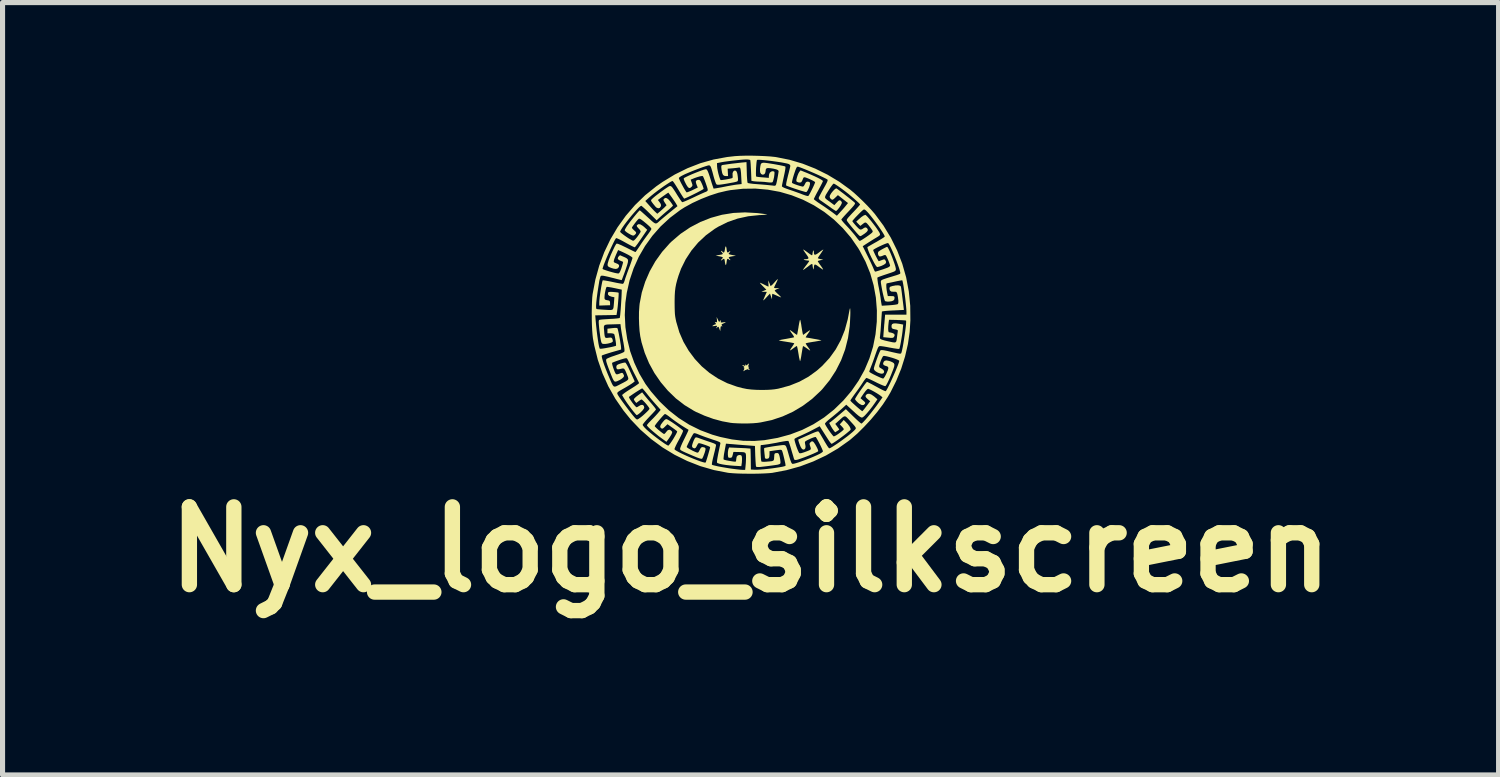
<source format=kicad_pcb>
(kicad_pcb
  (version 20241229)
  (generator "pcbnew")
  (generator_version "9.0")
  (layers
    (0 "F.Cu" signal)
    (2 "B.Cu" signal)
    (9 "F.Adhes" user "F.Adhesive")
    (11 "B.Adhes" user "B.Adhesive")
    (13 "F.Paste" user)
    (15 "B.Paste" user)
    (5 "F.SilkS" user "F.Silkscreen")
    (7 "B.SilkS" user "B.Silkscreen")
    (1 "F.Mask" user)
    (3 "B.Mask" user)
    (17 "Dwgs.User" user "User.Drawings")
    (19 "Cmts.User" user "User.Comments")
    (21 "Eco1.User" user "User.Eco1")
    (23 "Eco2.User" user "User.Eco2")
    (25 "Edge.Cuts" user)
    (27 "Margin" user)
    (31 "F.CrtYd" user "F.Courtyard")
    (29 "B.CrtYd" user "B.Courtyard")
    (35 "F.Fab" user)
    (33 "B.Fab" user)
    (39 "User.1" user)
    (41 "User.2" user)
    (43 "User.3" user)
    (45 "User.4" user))
  (footprint "Nyx_logo_silkscreen"
    (layer "F.Cu")
    (at 11.655 3.115)
    (property "Reference" "Nyx_logo_silkscreen" (at 0 4.6 0) (layer "F.SilkS") (effects (font (size 1.524 1.524) (thickness 0.3))))
    (attr board_only exclude_from_pos_files exclude_from_bom)
    (fp_poly (pts (xy -0.035 0.975) (xy -0.039 0.985) (xy -0.047 1.009) (xy -0.037 1.023) (xy -0.036 1.024) (xy -0.026 1.033) (xy -0.037 1.035) (xy -0.046 1.039) (xy -0.037 1.055) (xy -0.032 1.06) (xy -0.017 1.08) (xy -0.023 1.085) (xy -0.049 1.074) (xy -0.052 1.073) (xy -0.072 1.066) (xy -0.077 1.075) (xy -0.082 1.084) (xy -0.085 1.082) (xy -0.1 1.083) (xy -0.117 1.094) (xy -0.135 1.107) (xy -0.141 1.106) (xy -0.135 1.089) (xy -0.127 1.072) (xy -0.121 1.053) (xy -0.131 1.047) (xy -0.139 1.044) (xy -0.129 1.036) (xy -0.12 1.025) (xy -0.133 1.013) (xy -0.14 1.01) (xy -0.159 0.996) (xy -0.162 0.988) (xy -0.147 0.988) (xy -0.129 0.996) (xy -0.109 1.004) (xy -0.102 0.994) (xy -0.102 0.987) (xy -0.1 0.972) (xy -0.091 0.981) (xy -0.089 0.984) (xy -0.077 0.996) (xy -0.066 0.986) (xy -0.063 0.981) (xy -0.046 0.961) (xy -0.035 0.96)) (stroke (width 0) (type solid)) (fill yes) (layer "F.SilkS"))
    (fp_poly (pts (xy -0.644 0.089) (xy -0.628 0.124) (xy -0.617 0.138) (xy -0.606 0.135) (xy -0.593 0.12) (xy -0.579 0.104) (xy -0.578 0.11) (xy -0.582 0.126) (xy -0.586 0.146) (xy -0.578 0.153) (xy -0.554 0.152) (xy -0.538 0.15) (xy -0.506 0.147) (xy -0.487 0.147) (xy -0.486 0.148) (xy -0.496 0.156) (xy -0.522 0.168) (xy -0.532 0.172) (xy -0.561 0.186) (xy -0.569 0.197) (xy -0.562 0.212) (xy -0.561 0.213) (xy -0.55 0.229) (xy -0.558 0.229) (xy -0.565 0.227) (xy -0.579 0.226) (xy -0.587 0.241) (xy -0.59 0.271) (xy -0.594 0.324) (xy -0.611 0.276) (xy -0.623 0.246) (xy -0.633 0.237) (xy -0.646 0.244) (xy -0.655 0.251) (xy -0.673 0.267) (xy -0.674 0.263) (xy -0.665 0.244) (xy -0.656 0.225) (xy -0.66 0.218) (xy -0.68 0.218) (xy -0.704 0.222) (xy -0.738 0.226) (xy -0.749 0.225) (xy -0.743 0.216) (xy -0.735 0.211) (xy -0.71 0.196) (xy -0.694 0.192) (xy -0.678 0.185) (xy -0.684 0.166) (xy -0.693 0.154) (xy -0.701 0.143) (xy -0.689 0.144) (xy -0.682 0.146) (xy -0.665 0.149) (xy -0.658 0.141) (xy -0.658 0.115) (xy -0.659 0.1) (xy -0.665 0.045)) (stroke (width 0) (type solid)) (fill yes) (layer "F.SilkS"))
    (fp_poly (pts (xy -0.479 -1.331) (xy -0.471 -1.299) (xy -0.47 -1.283) (xy -0.463 -1.24) (xy -0.454 -1.22) (xy -0.44 -1.219) (xy -0.422 -1.233) (xy -0.402 -1.247) (xy -0.397 -1.243) (xy -0.407 -1.224) (xy -0.417 -1.212) (xy -0.428 -1.199) (xy -0.429 -1.19) (xy -0.416 -1.182) (xy -0.385 -1.174) (xy -0.345 -1.166) (xy -0.287 -1.154) (xy -0.355 -1.144) (xy -0.402 -1.135) (xy -0.425 -1.125) (xy -0.427 -1.112) (xy -0.415 -1.099) (xy -0.399 -1.079) (xy -0.396 -1.07) (xy -0.404 -1.067) (xy -0.422 -1.08) (xy -0.442 -1.094) (xy -0.455 -1.092) (xy -0.464 -1.069) (xy -0.47 -1.029) (xy -0.475 -0.995) (xy -0.482 -0.974) (xy -0.486 -0.971) (xy -0.492 -0.982) (xy -0.499 -1.011) (xy -0.502 -1.029) (xy -0.508 -1.073) (xy -0.517 -1.093) (xy -0.53 -1.094) (xy -0.547 -1.082) (xy -0.572 -1.063) (xy -0.582 -1.063) (xy -0.574 -1.078) (xy -0.562 -1.092) (xy -0.547 -1.11) (xy -0.543 -1.121) (xy -0.554 -1.13) (xy -0.584 -1.138) (xy -0.626 -1.146) (xy -0.684 -1.158) (xy -0.62 -1.169) (xy -0.573 -1.177) (xy -0.549 -1.185) (xy -0.544 -1.196) (xy -0.555 -1.213) (xy -0.563 -1.222) (xy -0.579 -1.242) (xy -0.58 -1.252) (xy -0.579 -1.252) (xy -0.56 -1.243) (xy -0.549 -1.233) (xy -0.531 -1.216) (xy -0.518 -1.221) (xy -0.508 -1.247) (xy -0.503 -1.278) (xy -0.496 -1.321) (xy -0.487 -1.339)) (stroke (width 0) (type solid)) (fill yes) (layer "F.SilkS"))
    (fp_poly (pts (xy 0.533 -0.697) (xy 0.531 -0.685) (xy 0.518 -0.655) (xy 0.5 -0.616) (xy 0.499 -0.615) (xy 0.479 -0.574) (xy 0.465 -0.543) (xy 0.46 -0.527) (xy 0.471 -0.521) (xy 0.5 -0.519) (xy 0.514 -0.52) (xy 0.569 -0.523) (xy 0.521 -0.503) (xy 0.491 -0.488) (xy 0.474 -0.475) (xy 0.473 -0.473) (xy 0.481 -0.46) (xy 0.504 -0.435) (xy 0.536 -0.404) (xy 0.537 -0.404) (xy 0.569 -0.373) (xy 0.591 -0.35) (xy 0.6 -0.339) (xy 0.601 -0.339) (xy 0.59 -0.341) (xy 0.562 -0.352) (xy 0.522 -0.369) (xy 0.518 -0.371) (xy 0.476 -0.39) (xy 0.444 -0.403) (xy 0.429 -0.409) (xy 0.428 -0.409) (xy 0.424 -0.397) (xy 0.421 -0.369) (xy 0.421 -0.355) (xy 0.42 -0.3) (xy 0.4 -0.357) (xy 0.38 -0.413) (xy 0.31 -0.338) (xy 0.279 -0.305) (xy 0.257 -0.285) (xy 0.247 -0.279) (xy 0.247 -0.281) (xy 0.255 -0.302) (xy 0.271 -0.339) (xy 0.286 -0.374) (xy 0.319 -0.447) (xy 0.211 -0.449) (xy 0.309 -0.489) (xy 0.241 -0.558) (xy 0.21 -0.59) (xy 0.189 -0.614) (xy 0.182 -0.626) (xy 0.183 -0.626) (xy 0.198 -0.621) (xy 0.23 -0.607) (xy 0.268 -0.588) (xy 0.308 -0.568) (xy 0.337 -0.555) (xy 0.349 -0.549) (xy 0.352 -0.561) (xy 0.351 -0.59) (xy 0.35 -0.61) (xy 0.345 -0.671) (xy 0.364 -0.632) (xy 0.377 -0.601) (xy 0.383 -0.579) (xy 0.383 -0.578) (xy 0.388 -0.564) (xy 0.404 -0.568) (xy 0.432 -0.592) (xy 0.468 -0.632) (xy 0.498 -0.666) (xy 0.521 -0.689) (xy 0.533 -0.698)) (stroke (width 0) (type solid)) (fill yes) (layer "F.SilkS"))
    (fp_poly (pts (xy 1.422 -1.268) (xy 1.406 -1.243) (xy 1.382 -1.207) (xy 1.373 -1.194) (xy 1.346 -1.155) (xy 1.326 -1.124) (xy 1.318 -1.107) (xy 1.318 -1.105) (xy 1.333 -1.099) (xy 1.364 -1.09) (xy 1.374 -1.088) (xy 1.425 -1.077) (xy 1.37 -1.067) (xy 1.337 -1.059) (xy 1.318 -1.051) (xy 1.316 -1.049) (xy 1.323 -1.035) (xy 1.342 -1.006) (xy 1.368 -0.969) (xy 1.374 -0.961) (xy 1.4 -0.924) (xy 1.417 -0.896) (xy 1.422 -0.882) (xy 1.422 -0.882) (xy 1.407 -0.889) (xy 1.379 -0.908) (xy 1.341 -0.935) (xy 1.335 -0.94) (xy 1.293 -0.97) (xy 1.265 -0.983) (xy 1.25 -0.977) (xy 1.242 -0.95) (xy 1.239 -0.914) (xy 1.237 -0.889) (xy 1.233 -0.888) (xy 1.227 -0.901) (xy 1.218 -0.934) (xy 1.215 -0.961) (xy 1.212 -0.987) (xy 1.203 -0.994) (xy 1.182 -0.985) (xy 1.157 -0.967) (xy 1.122 -0.94) (xy 1.08 -0.91) (xy 1.067 -0.9) (xy 1.041 -0.882) (xy 1.028 -0.877) (xy 1.028 -0.882) (xy 1.041 -0.901) (xy 1.065 -0.934) (xy 1.094 -0.973) (xy 1.095 -0.973) (xy 1.122 -1.01) (xy 1.142 -1.038) (xy 1.15 -1.053) (xy 1.15 -1.053) (xy 1.139 -1.059) (xy 1.115 -1.061) (xy 1.078 -1.066) (xy 1.054 -1.073) (xy 1.04 -1.081) (xy 1.047 -1.085) (xy 1.067 -1.086) (xy 1.108 -1.089) (xy 1.13 -1.098) (xy 1.134 -1.114) (xy 1.12 -1.142) (xy 1.089 -1.187) (xy 1.086 -1.191) (xy 1.058 -1.23) (xy 1.039 -1.26) (xy 1.031 -1.276) (xy 1.032 -1.277) (xy 1.046 -1.27) (xy 1.074 -1.251) (xy 1.112 -1.224) (xy 1.117 -1.22) (xy 1.155 -1.192) (xy 1.185 -1.172) (xy 1.202 -1.163) (xy 1.203 -1.163) (xy 1.211 -1.174) (xy 1.214 -1.198) (xy 1.219 -1.231) (xy 1.227 -1.252) (xy 1.235 -1.26) (xy 1.239 -1.246) (xy 1.239 -1.233) (xy 1.242 -1.194) (xy 1.252 -1.175) (xy 1.272 -1.175) (xy 1.306 -1.193) (xy 1.34 -1.218) (xy 1.378 -1.247) (xy 1.408 -1.267) (xy 1.424 -1.277) (xy 1.425 -1.278)) (stroke (width 0) (type solid)) (fill yes) (layer "F.SilkS"))
    (fp_poly (pts (xy 0.971 0.099) (xy 0.977 0.115) (xy 0.984 0.15) (xy 0.993 0.198) (xy 0.996 0.222) (xy 1.005 0.277) (xy 1.013 0.325) (xy 1.019 0.359) (xy 1.021 0.367) (xy 1.029 0.397) (xy 1.104 0.343) (xy 1.141 0.318) (xy 1.161 0.306) (xy 1.165 0.311) (xy 1.152 0.332) (xy 1.125 0.372) (xy 1.114 0.386) (xy 1.093 0.419) (xy 1.081 0.441) (xy 1.082 0.447) (xy 1.1 0.449) (xy 1.137 0.455) (xy 1.185 0.463) (xy 1.238 0.473) (xy 1.292 0.482) (xy 1.338 0.491) (xy 1.372 0.498) (xy 1.388 0.502) (xy 1.388 0.502) (xy 1.378 0.506) (xy 1.347 0.512) (xy 1.301 0.52) (xy 1.243 0.53) (xy 1.239 0.53) (xy 1.179 0.54) (xy 1.129 0.549) (xy 1.095 0.557) (xy 1.08 0.562) (xy 1.08 0.562) (xy 1.085 0.575) (xy 1.101 0.602) (xy 1.126 0.636) (xy 1.15 0.67) (xy 1.165 0.694) (xy 1.168 0.703) (xy 1.154 0.696) (xy 1.126 0.677) (xy 1.097 0.656) (xy 1.063 0.633) (xy 1.038 0.618) (xy 1.028 0.616) (xy 1.024 0.63) (xy 1.017 0.664) (xy 1.009 0.713) (xy 1.001 0.761) (xy 0.992 0.818) (xy 0.983 0.866) (xy 0.975 0.899) (xy 0.971 0.911) (xy 0.966 0.903) (xy 0.959 0.874) (xy 0.949 0.829) (xy 0.94 0.772) (xy 0.939 0.767) (xy 0.929 0.708) (xy 0.92 0.659) (xy 0.912 0.626) (xy 0.907 0.613) (xy 0.907 0.613) (xy 0.893 0.62) (xy 0.865 0.639) (xy 0.838 0.659) (xy 0.805 0.683) (xy 0.781 0.698) (xy 0.773 0.7) (xy 0.777 0.688) (xy 0.792 0.661) (xy 0.812 0.633) (xy 0.835 0.598) (xy 0.851 0.572) (xy 0.856 0.562) (xy 0.844 0.557) (xy 0.812 0.55) (xy 0.764 0.541) (xy 0.705 0.532) (xy 0.702 0.531) (xy 0.643 0.522) (xy 0.596 0.514) (xy 0.564 0.507) (xy 0.553 0.503) (xy 0.553 0.503) (xy 0.567 0.499) (xy 0.601 0.491) (xy 0.65 0.482) (xy 0.703 0.473) (xy 0.76 0.462) (xy 0.808 0.453) (xy 0.841 0.446) (xy 0.853 0.442) (xy 0.849 0.429) (xy 0.834 0.402) (xy 0.813 0.373) (xy 0.788 0.338) (xy 0.772 0.312) (xy 0.767 0.301) (xy 0.776 0.304) (xy 0.8 0.319) (xy 0.834 0.344) (xy 0.835 0.345) (xy 0.87 0.371) (xy 0.897 0.389) (xy 0.909 0.396) (xy 0.914 0.384) (xy 0.92 0.352) (xy 0.929 0.304) (xy 0.939 0.246) (xy 0.939 0.242) (xy 0.949 0.185) (xy 0.958 0.138) (xy 0.966 0.108) (xy 0.971 0.098)) (stroke (width 0) (type solid)) (fill yes) (layer "F.SilkS"))
    (fp_poly (pts (xy 0.123 -1.991) (xy 0.153 -1.988) (xy 0.216 -1.98) (xy 0.269 -1.973) (xy 0.308 -1.967) (xy 0.327 -1.963) (xy 0.328 -1.963) (xy 0.318 -1.961) (xy 0.287 -1.958) (xy 0.239 -1.954) (xy 0.181 -1.951) (xy 0.173 -1.951) (xy -0.046 -1.928) (xy -0.252 -1.883) (xy -0.446 -1.816) (xy -0.628 -1.726) (xy -0.703 -1.681) (xy -0.874 -1.556) (xy -1.026 -1.414) (xy -1.158 -1.257) (xy -1.27 -1.086) (xy -1.361 -0.903) (xy -1.411 -0.767) (xy -1.438 -0.678) (xy -1.458 -0.601) (xy -1.472 -0.528) (xy -1.481 -0.455) (xy -1.486 -0.372) (xy -1.488 -0.273) (xy -1.488 -0.224) (xy -1.487 -0.135) (xy -1.485 -0.067) (xy -1.482 -0.01) (xy -1.476 0.039) (xy -1.467 0.089) (xy -1.455 0.145) (xy -1.453 0.15) (xy -1.395 0.347) (xy -1.314 0.533) (xy -1.212 0.707) (xy -1.092 0.868) (xy -0.955 1.014) (xy -0.802 1.143) (xy -0.635 1.253) (xy -0.456 1.343) (xy -0.268 1.41) (xy -0.166 1.437) (xy -0.073 1.456) (xy 0.02 1.467) (xy 0.122 1.473) (xy 0.23 1.475) (xy 0.325 1.473) (xy 0.402 1.469) (xy 0.47 1.462) (xy 0.536 1.451) (xy 0.558 1.446) (xy 0.765 1.39) (xy 0.957 1.313) (xy 1.135 1.215) (xy 1.3 1.095) (xy 1.403 1.004) (xy 1.546 0.85) (xy 1.667 0.682) (xy 1.767 0.499) (xy 1.846 0.303) (xy 1.903 0.094) (xy 1.916 0.027) (xy 1.927 -0.031) (xy 1.936 -0.08) (xy 1.944 -0.113) (xy 1.948 -0.126) (xy 1.952 -0.118) (xy 1.954 -0.09) (xy 1.955 -0.044) (xy 1.954 0.013) (xy 1.951 0.078) (xy 1.948 0.146) (xy 1.943 0.213) (xy 1.942 0.228) (xy 1.909 0.458) (xy 1.853 0.681) (xy 1.774 0.893) (xy 1.672 1.095) (xy 1.549 1.284) (xy 1.406 1.459) (xy 1.374 1.493) (xy 1.207 1.649) (xy 1.025 1.785) (xy 0.831 1.901) (xy 0.627 1.994) (xy 0.415 2.065) (xy 0.197 2.111) (xy 0.134 2.12) (xy 0.052 2.127) (xy -0.046 2.131) (xy -0.151 2.132) (xy -0.254 2.129) (xy -0.345 2.124) (xy -0.39 2.119) (xy -0.555 2.089) (xy -0.729 2.042) (xy -0.903 1.979) (xy -1.069 1.905) (xy -1.111 1.883) (xy -1.293 1.772) (xy -1.463 1.641) (xy -1.619 1.49) (xy -1.76 1.323) (xy -1.884 1.143) (xy -1.989 0.951) (xy -2.073 0.75) (xy -2.136 0.542) (xy -2.161 0.423) (xy -2.175 0.318) (xy -2.183 0.197) (xy -2.187 0.07) (xy -2.186 -0.055) (xy -2.178 -0.169) (xy -2.173 -0.217) (xy -2.131 -0.434) (xy -2.064 -0.646) (xy -1.975 -0.851) (xy -1.865 -1.046) (xy -1.735 -1.228) (xy -1.587 -1.395) (xy -1.547 -1.434) (xy -1.373 -1.583) (xy -1.185 -1.71) (xy -0.986 -1.815) (xy -0.778 -1.897) (xy -0.561 -1.957) (xy -0.337 -1.993) (xy -0.109 -2.004)) (stroke (width 0) (type solid)) (fill yes) (layer "F.SilkS"))
    (fp_poly (pts (xy -0.074 -2.791) (xy -0.072 -2.722) (xy -0.068 -2.662) (xy -0.064 -2.616) (xy -0.059 -2.587) (xy -0.056 -2.581) (xy -0.04 -2.576) (xy -0.003 -2.57) (xy 0.051 -2.563) (xy 0.116 -2.558) (xy 0.154 -2.555) (xy 0.229 -2.549) (xy 0.3 -2.543) (xy 0.362 -2.537) (xy 0.407 -2.532) (xy 0.42 -2.531) (xy 0.46 -2.526) (xy 0.482 -2.527) (xy 0.493 -2.537) (xy 0.499 -2.548) (xy 0.506 -2.572) (xy 0.516 -2.615) (xy 0.526 -2.667) (xy 0.536 -2.721) (xy 0.544 -2.77) (xy 0.549 -2.805) (xy 0.549 -2.815) (xy 0.538 -2.832) (xy 0.504 -2.847) (xy 0.445 -2.861) (xy 0.385 -2.87) (xy 0.338 -2.873) (xy 0.31 -2.865) (xy 0.297 -2.842) (xy 0.294 -2.809) (xy 0.285 -2.771) (xy 0.263 -2.748) (xy 0.235 -2.743) (xy 0.208 -2.755) (xy 0.19 -2.782) (xy 0.185 -2.814) (xy 0.185 -2.859) (xy 0.191 -2.905) (xy 0.199 -2.944) (xy 0.208 -2.961) (xy 0.229 -2.973) (xy 0.254 -2.977) (xy 0.285 -2.975) (xy 0.332 -2.969) (xy 0.39 -2.96) (xy 0.454 -2.95) (xy 0.519 -2.938) (xy 0.579 -2.927) (xy 0.63 -2.916) (xy 0.665 -2.908) (xy 0.681 -2.902) (xy 0.684 -2.883) (xy 0.679 -2.84) (xy 0.666 -2.772) (xy 0.653 -2.712) (xy 0.639 -2.647) (xy 0.627 -2.59) (xy 0.618 -2.546) (xy 0.614 -2.52) (xy 0.613 -2.516) (xy 0.624 -2.504) (xy 0.655 -2.487) (xy 0.709 -2.466) (xy 0.758 -2.449) (xy 0.829 -2.425) (xy 0.905 -2.398) (xy 0.974 -2.373) (xy 1.011 -2.358) (xy 1.072 -2.336) (xy 1.113 -2.325) (xy 1.133 -2.327) (xy 1.144 -2.343) (xy 1.163 -2.376) (xy 1.186 -2.42) (xy 1.211 -2.47) (xy 1.234 -2.518) (xy 1.252 -2.559) (xy 1.263 -2.587) (xy 1.265 -2.595) (xy 1.254 -2.606) (xy 1.226 -2.623) (xy 1.186 -2.643) (xy 1.142 -2.663) (xy 1.1 -2.68) (xy 1.07 -2.69) (xy 1.047 -2.692) (xy 1.034 -2.68) (xy 1.023 -2.653) (xy 1.009 -2.62) (xy 0.994 -2.597) (xy 0.993 -2.596) (xy 0.968 -2.588) (xy 0.935 -2.592) (xy 0.908 -2.604) (xy 0.898 -2.616) (xy 0.897 -2.641) (xy 0.906 -2.68) (xy 0.92 -2.725) (xy 0.937 -2.767) (xy 0.955 -2.798) (xy 0.956 -2.799) (xy 0.979 -2.827) (xy 1.1 -2.779) (xy 1.175 -2.747) (xy 1.247 -2.715) (xy 1.311 -2.685) (xy 1.363 -2.658) (xy 1.399 -2.636) (xy 1.417 -2.621) (xy 1.418 -2.618) (xy 1.412 -2.602) (xy 1.396 -2.568) (xy 1.372 -2.521) (xy 1.342 -2.465) (xy 1.329 -2.44) (xy 1.297 -2.382) (xy 1.27 -2.33) (xy 1.251 -2.291) (xy 1.24 -2.268) (xy 1.239 -2.265) (xy 1.249 -2.253) (xy 1.277 -2.231) (xy 1.318 -2.201) (xy 1.369 -2.167) (xy 1.383 -2.158) (xy 1.446 -2.116) (xy 1.509 -2.072) (xy 1.567 -2.031) (xy 1.609 -2.001) (xy 1.691 -1.938) (xy 1.766 -2.02) (xy 1.806 -2.063) (xy 1.843 -2.106) (xy 1.87 -2.139) (xy 1.875 -2.145) (xy 1.909 -2.187) (xy 1.882 -2.208) (xy 1.858 -2.227) (xy 1.822 -2.255) (xy 1.783 -2.286) (xy 1.711 -2.342) (xy 1.66 -2.293) (xy 1.628 -2.264) (xy 1.607 -2.252) (xy 1.59 -2.255) (xy 1.588 -2.256) (xy 1.556 -2.285) (xy 1.55 -2.319) (xy 1.559 -2.344) (xy 1.582 -2.382) (xy 1.612 -2.419) (xy 1.641 -2.45) (xy 1.667 -2.47) (xy 1.681 -2.474) (xy 1.697 -2.464) (xy 1.729 -2.441) (xy 1.772 -2.408) (xy 1.823 -2.37) (xy 1.876 -2.328) (xy 1.929 -2.287) (xy 1.976 -2.249) (xy 2.014 -2.218) (xy 2.039 -2.196) (xy 2.045 -2.19) (xy 2.047 -2.18) (xy 2.04 -2.163) (xy 2.022 -2.137) (xy 1.989 -2.099) (xy 1.942 -2.047) (xy 1.921 -2.025) (xy 1.873 -1.974) (xy 1.832 -1.929) (xy 1.801 -1.893) (xy 1.782 -1.871) (xy 1.778 -1.865) (xy 1.785 -1.852) (xy 1.806 -1.824) (xy 1.839 -1.786) (xy 1.881 -1.741) (xy 1.887 -1.735) (xy 1.938 -1.68) (xy 1.989 -1.621) (xy 2.035 -1.567) (xy 2.064 -1.53) (xy 2.094 -1.491) (xy 2.119 -1.461) (xy 2.136 -1.445) (xy 2.139 -1.444) (xy 2.155 -1.451) (xy 2.186 -1.469) (xy 2.227 -1.495) (xy 2.272 -1.525) (xy 2.316 -1.556) (xy 2.352 -1.583) (xy 2.376 -1.603) (xy 2.38 -1.607) (xy 2.391 -1.621) (xy 2.393 -1.634) (xy 2.385 -1.653) (xy 2.364 -1.683) (xy 2.345 -1.709) (xy 2.307 -1.758) (xy 2.28 -1.789) (xy 2.26 -1.804) (xy 2.241 -1.805) (xy 2.221 -1.794) (xy 2.2 -1.778) (xy 2.15 -1.739) (xy 2.11 -1.78) (xy 2.07 -1.822) (xy 2.111 -1.861) (xy 2.171 -1.913) (xy 2.217 -1.944) (xy 2.249 -1.955) (xy 2.25 -1.955) (xy 2.264 -1.945) (xy 2.291 -1.918) (xy 2.325 -1.879) (xy 2.365 -1.831) (xy 2.406 -1.778) (xy 2.447 -1.725) (xy 2.482 -1.675) (xy 2.51 -1.632) (xy 2.524 -1.61) (xy 2.535 -1.583) (xy 2.536 -1.564) (xy 2.521 -1.546) (xy 2.489 -1.525) (xy 2.469 -1.513) (xy 2.43 -1.49) (xy 2.379 -1.458) (xy 2.324 -1.424) (xy 2.303 -1.41) (xy 2.197 -1.342) (xy 2.291 -1.153) (xy 2.325 -1.085) (xy 2.357 -1.019) (xy 2.383 -0.962) (xy 2.402 -0.92) (xy 2.408 -0.904) (xy 2.423 -0.869) (xy 2.436 -0.847) (xy 2.441 -0.843) (xy 2.461 -0.847) (xy 2.498 -0.858) (xy 2.545 -0.873) (xy 2.596 -0.889) (xy 2.643 -0.906) (xy 2.681 -0.92) (xy 2.699 -0.928) (xy 2.724 -0.945) (xy 2.734 -0.959) (xy 2.734 -0.96) (xy 2.729 -0.981) (xy 2.716 -1.018) (xy 2.699 -1.062) (xy 2.68 -1.106) (xy 2.663 -1.141) (xy 2.652 -1.16) (xy 2.637 -1.169) (xy 2.615 -1.166) (xy 2.59 -1.155) (xy 2.556 -1.143) (xy 2.529 -1.14) (xy 2.525 -1.141) (xy 2.505 -1.161) (xy 2.495 -1.192) (xy 2.499 -1.224) (xy 2.505 -1.234) (xy 2.523 -1.248) (xy 2.554 -1.268) (xy 2.593 -1.29) (xy 2.632 -1.31) (xy 2.662 -1.325) (xy 2.676 -1.329) (xy 2.688 -1.317) (xy 2.705 -1.286) (xy 2.727 -1.24) (xy 2.751 -1.184) (xy 2.776 -1.121) (xy 2.799 -1.058) (xy 2.82 -0.998) (xy 2.836 -0.947) (xy 2.845 -0.908) (xy 2.847 -0.89) (xy 2.844 -0.874) (xy 2.838 -0.862) (xy 2.824 -0.851) (xy 2.798 -0.839) (xy 2.757 -0.824) (xy 2.697 -0.804) (xy 2.67 -0.795) (xy 2.607 -0.774) (xy 2.553 -0.755) (xy 2.512 -0.74) (xy 2.489 -0.73) (xy 2.486 -0.728) (xy 2.484 -0.712) (xy 2.488 -0.674) (xy 2.495 -0.62) (xy 2.507 -0.553) (xy 2.509 -0.547) (xy 2.522 -0.478) (xy 2.534 -0.411) (xy 2.543 -0.355) (xy 2.549 -0.316) (xy 2.549 -0.313) (xy 2.555 -0.267) (xy 2.562 -0.225) (xy 2.564 -0.212) (xy 2.571 -0.175) (xy 2.719 -0.184) (xy 2.779 -0.189) (xy 2.831 -0.195) (xy 2.868 -0.202) (xy 2.885 -0.207) (xy 2.895 -0.229) (xy 2.896 -0.269) (xy 2.895 -0.28) (xy 2.886 -0.35) (xy 2.877 -0.398) (xy 2.868 -0.428) (xy 2.855 -0.444) (xy 2.836 -0.45) (xy 2.81 -0.45) (xy 2.801 -0.449) (xy 2.756 -0.453) (xy 2.729 -0.475) (xy 2.721 -0.511) (xy 2.725 -0.534) (xy 2.738 -0.548) (xy 2.769 -0.558) (xy 2.778 -0.561) (xy 2.841 -0.573) (xy 2.892 -0.575) (xy 2.928 -0.568) (xy 2.944 -0.553) (xy 2.947 -0.54) (xy 2.951 -0.517) (xy 2.956 -0.481) (xy 2.963 -0.43) (xy 2.971 -0.362) (xy 2.982 -0.273) (xy 2.996 -0.161) (xy 2.997 -0.152) (xy 3.004 -0.093) (xy 2.823 -0.084) (xy 2.755 -0.081) (xy 2.693 -0.077) (xy 2.643 -0.073) (xy 2.612 -0.069) (xy 2.607 -0.069) (xy 2.573 -0.062) (xy 2.557 0.17) (xy 2.552 0.247) (xy 2.547 0.317) (xy 2.541 0.376) (xy 2.537 0.418) (xy 2.534 0.437) (xy 2.533 0.455) (xy 2.538 0.469) (xy 2.554 0.482) (xy 2.584 0.493) (xy 2.631 0.507) (xy 2.7 0.523) (xy 2.719 0.527) (xy 2.779 0.54) (xy 2.818 0.545) (xy 2.842 0.54) (xy 2.856 0.521) (xy 2.863 0.488) (xy 2.868 0.448) (xy 2.874 0.4) (xy 2.88 0.356) (xy 2.883 0.338) (xy 2.885 0.314) (xy 2.879 0.301) (xy 2.857 0.293) (xy 2.828 0.287) (xy 2.79 0.278) (xy 2.771 0.266) (xy 2.763 0.248) (xy 2.762 0.239) (xy 2.763 0.205) (xy 2.775 0.184) (xy 2.802 0.172) (xy 2.847 0.171) (xy 2.912 0.179) (xy 2.955 0.187) (xy 2.99 0.194) (xy 2.982 0.279) (xy 2.976 0.337) (xy 2.967 0.403) (xy 2.956 0.47) (xy 2.945 0.536) (xy 2.934 0.593) (xy 2.924 0.638) (xy 2.917 0.664) (xy 2.914 0.669) (xy 2.897 0.671) (xy 2.86 0.667) (xy 2.806 0.659) (xy 2.739 0.647) (xy 2.73 0.646) (xy 2.665 0.633) (xy 2.606 0.623) (xy 2.561 0.617) (xy 2.533 0.615) (xy 2.53 0.615) (xy 2.517 0.621) (xy 2.504 0.634) (xy 2.491 0.66) (xy 2.474 0.703) (xy 2.452 0.765) (xy 2.447 0.779) (xy 2.423 0.848) (xy 2.399 0.917) (xy 2.376 0.978) (xy 2.359 1.021) (xy 2.342 1.064) (xy 2.33 1.099) (xy 2.325 1.118) (xy 2.325 1.118) (xy 2.336 1.128) (xy 2.365 1.146) (xy 2.406 1.168) (xy 2.454 1.192) (xy 2.503 1.215) (xy 2.547 1.235) (xy 2.582 1.248) (xy 2.599 1.252) (xy 2.611 1.241) (xy 2.631 1.212) (xy 2.653 1.171) (xy 2.663 1.15) (xy 2.688 1.093) (xy 2.699 1.054) (xy 2.696 1.029) (xy 2.679 1.014) (xy 2.646 1.003) (xy 2.643 1.003) (xy 2.608 0.987) (xy 2.596 0.961) (xy 2.607 0.925) (xy 2.628 0.903) (xy 2.661 0.896) (xy 2.709 0.905) (xy 2.746 0.917) (xy 2.785 0.935) (xy 2.809 0.953) (xy 2.818 0.978) (xy 2.814 1.014) (xy 2.797 1.066) (xy 2.787 1.091) (xy 2.753 1.178) (xy 2.721 1.254) (xy 2.691 1.318) (xy 2.667 1.365) (xy 2.648 1.394) (xy 2.64 1.4) (xy 2.623 1.397) (xy 2.587 1.384) (xy 2.538 1.363) (xy 2.48 1.336) (xy 2.455 1.323) (xy 2.394 1.293) (xy 2.341 1.268) (xy 2.3 1.25) (xy 2.275 1.24) (xy 2.271 1.239) (xy 2.257 1.25) (xy 2.235 1.277) (xy 2.208 1.315) (xy 2.2 1.328) (xy 2.169 1.375) (xy 2.129 1.434) (xy 2.084 1.497) (xy 2.05 1.543) (xy 2.014 1.593) (xy 1.984 1.636) (xy 1.963 1.667) (xy 1.955 1.683) (xy 1.955 1.683) (xy 1.964 1.695) (xy 1.988 1.72) (xy 2.023 1.752) (xy 2.063 1.788) (xy 2.104 1.824) (xy 2.142 1.856) (xy 2.172 1.88) (xy 2.188 1.891) (xy 2.19 1.891) (xy 2.2 1.881) (xy 2.222 1.856) (xy 2.251 1.818) (xy 2.27 1.793) (xy 2.344 1.696) (xy 2.295 1.655) (xy 2.265 1.626) (xy 2.253 1.605) (xy 2.254 1.586) (xy 2.273 1.562) (xy 2.295 1.551) (xy 2.329 1.55) (xy 2.369 1.566) (xy 2.418 1.6) (xy 2.438 1.617) (xy 2.485 1.658) (xy 2.438 1.727) (xy 2.383 1.804) (xy 2.329 1.873) (xy 2.28 1.931) (xy 2.238 1.977) (xy 2.205 2.006) (xy 2.185 2.016) (xy 2.167 2.013) (xy 2.143 2) (xy 2.11 1.976) (xy 2.064 1.937) (xy 2.014 1.891) (xy 1.875 1.764) (xy 1.784 1.847) (xy 1.733 1.892) (xy 1.672 1.944) (xy 1.609 1.996) (xy 1.575 2.023) (xy 1.529 2.06) (xy 1.491 2.094) (xy 1.466 2.121) (xy 1.457 2.135) (xy 1.464 2.154) (xy 1.483 2.187) (xy 1.51 2.23) (xy 1.541 2.276) (xy 1.573 2.32) (xy 1.601 2.356) (xy 1.622 2.38) (xy 1.63 2.385) (xy 1.646 2.38) (xy 1.677 2.364) (xy 1.715 2.339) (xy 1.755 2.31) (xy 1.791 2.282) (xy 1.817 2.259) (xy 1.827 2.244) (xy 1.827 2.244) (xy 1.819 2.227) (xy 1.798 2.201) (xy 1.788 2.19) (xy 1.748 2.149) (xy 1.787 2.106) (xy 1.825 2.063) (xy 1.864 2.101) (xy 1.905 2.144) (xy 1.937 2.187) (xy 1.956 2.224) (xy 1.961 2.251) (xy 1.96 2.253) (xy 1.947 2.268) (xy 1.917 2.294) (xy 1.875 2.329) (xy 1.825 2.368) (xy 1.77 2.409) (xy 1.716 2.448) (xy 1.666 2.483) (xy 1.625 2.51) (xy 1.596 2.527) (xy 1.587 2.53) (xy 1.575 2.52) (xy 1.553 2.493) (xy 1.525 2.453) (xy 1.511 2.431) (xy 1.475 2.375) (xy 1.438 2.317) (xy 1.406 2.267) (xy 1.4 2.258) (xy 1.354 2.185) (xy 1.21 2.261) (xy 1.144 2.295) (xy 1.073 2.329) (xy 1.009 2.359) (xy 0.967 2.378) (xy 0.92 2.399) (xy 0.883 2.418) (xy 0.862 2.433) (xy 0.86 2.436) (xy 0.861 2.456) (xy 0.87 2.493) (xy 0.884 2.54) (xy 0.901 2.592) (xy 0.92 2.641) (xy 0.937 2.681) (xy 0.951 2.707) (xy 0.954 2.711) (xy 0.97 2.716) (xy 0.999 2.712) (xy 1.044 2.698) (xy 1.064 2.691) (xy 1.12 2.67) (xy 1.156 2.655) (xy 1.176 2.641) (xy 1.181 2.626) (xy 1.177 2.605) (xy 1.169 2.581) (xy 1.158 2.546) (xy 1.156 2.525) (xy 1.166 2.509) (xy 1.175 2.499) (xy 1.199 2.481) (xy 1.22 2.484) (xy 1.224 2.486) (xy 1.241 2.504) (xy 1.264 2.537) (xy 1.287 2.578) (xy 1.308 2.619) (xy 1.322 2.653) (xy 1.325 2.674) (xy 1.325 2.675) (xy 1.311 2.685) (xy 1.279 2.701) (xy 1.231 2.723) (xy 1.174 2.747) (xy 1.112 2.772) (xy 1.049 2.796) (xy 0.991 2.817) (xy 0.942 2.834) (xy 0.907 2.844) (xy 0.9 2.845) (xy 0.87 2.847) (xy 0.855 2.837) (xy 0.852 2.828) (xy 0.845 2.807) (xy 0.834 2.767) (xy 0.818 2.714) (xy 0.8 2.653) (xy 0.798 2.645) (xy 0.78 2.584) (xy 0.763 2.532) (xy 0.75 2.494) (xy 0.742 2.475) (xy 0.741 2.474) (xy 0.725 2.473) (xy 0.69 2.476) (xy 0.64 2.484) (xy 0.58 2.495) (xy 0.573 2.496) (xy 0.501 2.511) (xy 0.425 2.524) (xy 0.352 2.537) (xy 0.286 2.546) (xy 0.234 2.553) (xy 0.202 2.555) (xy 0.198 2.567) (xy 0.196 2.598) (xy 0.195 2.644) (xy 0.196 2.697) (xy 0.199 2.752) (xy 0.202 2.804) (xy 0.206 2.846) (xy 0.211 2.872) (xy 0.213 2.877) (xy 0.227 2.881) (xy 0.261 2.883) (xy 0.306 2.881) (xy 0.311 2.88) (xy 0.374 2.875) (xy 0.416 2.87) (xy 0.441 2.862) (xy 0.455 2.848) (xy 0.46 2.827) (xy 0.462 2.794) (xy 0.463 2.788) (xy 0.465 2.747) (xy 0.471 2.725) (xy 0.483 2.715) (xy 0.504 2.711) (xy 0.506 2.711) (xy 0.535 2.712) (xy 0.551 2.726) (xy 0.561 2.749) (xy 0.571 2.787) (xy 0.58 2.835) (xy 0.583 2.856) (xy 0.586 2.886) (xy 0.586 2.907) (xy 0.578 2.921) (xy 0.559 2.931) (xy 0.525 2.94) (xy 0.473 2.948) (xy 0.414 2.956) (xy 0.316 2.969) (xy 0.24 2.978) (xy 0.185 2.984) (xy 0.146 2.985) (xy 0.122 2.983) (xy 0.11 2.978) (xy 0.108 2.976) (xy 0.104 2.959) (xy 0.101 2.921) (xy 0.097 2.867) (xy 0.094 2.802) (xy 0.092 2.767) (xy 0.086 2.572) (xy -0.114 2.557) (xy -0.19 2.551) (xy -0.266 2.545) (xy -0.333 2.539) (xy -0.384 2.535) (xy -0.398 2.534) (xy -0.482 2.527) (xy -0.51 2.677) (xy -0.521 2.736) (xy -0.527 2.786) (xy -0.53 2.821) (xy -0.528 2.837) (xy -0.511 2.844) (xy -0.477 2.853) (xy -0.431 2.862) (xy -0.383 2.87) (xy -0.338 2.877) (xy -0.305 2.88) (xy -0.291 2.879) (xy -0.284 2.864) (xy -0.281 2.834) (xy -0.281 2.832) (xy -0.273 2.784) (xy -0.25 2.756) (xy -0.213 2.749) (xy -0.21 2.749) (xy -0.186 2.755) (xy -0.174 2.769) (xy -0.169 2.801) (xy -0.168 2.804) (xy -0.168 2.852) (xy -0.171 2.903) (xy -0.173 2.912) (xy -0.181 2.968) (xy -0.324 2.96) (xy -0.408 2.953) (xy -0.486 2.944) (xy -0.555 2.933) (xy -0.609 2.921) (xy -0.644 2.909) (xy -0.654 2.903) (xy -0.658 2.893) (xy -0.658 2.873) (xy -0.654 2.84) (xy -0.646 2.792) (xy -0.634 2.726) (xy -0.616 2.64) (xy -0.593 2.531) (xy -0.591 2.523) (xy -0.592 2.512) (xy -0.6 2.501) (xy -0.621 2.49) (xy -0.658 2.475) (xy -0.714 2.456) (xy -0.737 2.449) (xy -0.809 2.424) (xy -0.885 2.398) (xy -0.955 2.372) (xy -0.997 2.356) (xy -1.048 2.335) (xy -1.081 2.324) (xy -1.101 2.321) (xy -1.113 2.325) (xy -1.122 2.335) (xy -1.136 2.357) (xy -1.157 2.394) (xy -1.181 2.44) (xy -1.205 2.488) (xy -1.227 2.534) (xy -1.244 2.57) (xy -1.252 2.591) (xy -1.252 2.593) (xy -1.241 2.604) (xy -1.214 2.622) (xy -1.175 2.644) (xy -1.132 2.667) (xy -1.09 2.686) (xy -1.055 2.7) (xy -1.052 2.701) (xy -1.033 2.703) (xy -1.019 2.692) (xy -1.003 2.663) (xy -0.998 2.652) (xy -0.976 2.612) (xy -0.955 2.595) (xy -0.947 2.594) (xy -0.906 2.6) (xy -0.884 2.618) (xy -0.882 2.631) (xy -0.886 2.658) (xy -0.897 2.698) (xy -0.913 2.743) (xy -0.929 2.784) (xy -0.944 2.814) (xy -0.95 2.822) (xy -0.966 2.824) (xy -0.998 2.816) (xy -1.049 2.798) (xy -1.121 2.768) (xy -1.138 2.761) (xy -1.219 2.726) (xy -1.279 2.7) (xy -1.322 2.68) (xy -1.351 2.665) (xy -1.368 2.654) (xy -1.377 2.645) (xy -1.38 2.635) (xy -1.38 2.624) (xy -1.38 2.624) (xy -1.374 2.603) (xy -1.359 2.564) (xy -1.336 2.512) (xy -1.307 2.452) (xy -1.295 2.428) (xy -1.266 2.369) (xy -1.241 2.318) (xy -1.224 2.28) (xy -1.216 2.259) (xy -1.215 2.256) (xy -1.227 2.248) (xy -1.257 2.23) (xy -1.299 2.204) (xy -1.341 2.178) (xy -1.405 2.136) (xy -1.474 2.088) (xy -1.538 2.041) (xy -1.562 2.022) (xy -1.606 1.988) (xy -1.643 1.962) (xy -1.669 1.948) (xy -1.678 1.946) (xy -1.694 1.958) (xy -1.72 1.985) (xy -1.753 2.022) (xy -1.789 2.064) (xy -1.824 2.106) (xy -1.853 2.143) (xy -1.872 2.171) (xy -1.878 2.183) (xy -1.869 2.197) (xy -1.845 2.221) (xy -1.811 2.252) (xy -1.773 2.283) (xy -1.737 2.311) (xy -1.709 2.331) (xy -1.694 2.338) (xy -1.678 2.328) (xy -1.658 2.305) (xy -1.655 2.3) (xy -1.623 2.264) (xy -1.591 2.253) (xy -1.56 2.268) (xy -1.555 2.273) (xy -1.538 2.292) (xy -1.536 2.31) (xy -1.547 2.337) (xy -1.548 2.341) (xy -1.569 2.377) (xy -1.596 2.419) (xy -1.609 2.437) (xy -1.648 2.491) (xy -1.747 2.419) (xy -1.805 2.376) (xy -1.862 2.329) (xy -1.917 2.283) (xy -1.965 2.241) (xy -2.002 2.205) (xy -2.025 2.179) (xy -2.031 2.167) (xy -2.023 2.152) (xy -2 2.124) (xy -1.966 2.089) (xy -1.947 2.069) (xy -1.902 2.024) (xy -1.857 1.976) (xy -1.819 1.934) (xy -1.812 1.926) (xy -1.761 1.865) (xy -1.856 1.758) (xy -1.907 1.7) (xy -1.962 1.635) (xy -2.012 1.573) (xy -2.032 1.547) (xy -2.067 1.504) (xy -2.096 1.47) (xy -2.117 1.448) (xy -2.123 1.444) (xy -2.137 1.45) (xy -2.167 1.468) (xy -2.207 1.493) (xy -2.253 1.522) (xy -2.298 1.552) (xy -2.339 1.58) (xy -2.369 1.601) (xy -2.382 1.611) (xy -2.38 1.625) (xy -2.365 1.653) (xy -2.341 1.689) (xy -2.313 1.728) (xy -2.283 1.766) (xy -2.257 1.795) (xy -2.238 1.812) (xy -2.232 1.814) (xy -2.212 1.806) (xy -2.185 1.789) (xy -2.146 1.768) (xy -2.112 1.768) (xy -2.09 1.788) (xy -2.083 1.822) (xy -2.092 1.843) (xy -2.115 1.874) (xy -2.147 1.907) (xy -2.182 1.938) (xy -2.212 1.96) (xy -2.231 1.968) (xy -2.243 1.958) (xy -2.267 1.931) (xy -2.299 1.892) (xy -2.337 1.843) (xy -2.376 1.79) (xy -2.415 1.737) (xy -2.449 1.687) (xy -2.476 1.645) (xy -2.483 1.634) (xy -2.518 1.574) (xy -2.481 1.543) (xy -2.455 1.524) (xy -2.414 1.496) (xy -2.362 1.463) (xy -2.314 1.433) (xy -2.264 1.401) (xy -2.223 1.373) (xy -2.195 1.352) (xy -2.185 1.342) (xy -2.19 1.326) (xy -2.206 1.294) (xy -2.229 1.248) (xy -2.254 1.199) (xy -2.288 1.134) (xy -2.321 1.066) (xy -2.35 1.003) (xy -2.364 0.971) (xy -2.385 0.924) (xy -2.404 0.885) (xy -2.418 0.862) (xy -2.42 0.859) (xy -2.432 0.853) (xy -2.453 0.854) (xy -2.488 0.863) (xy -2.542 0.879) (xy -2.568 0.888) (xy -2.623 0.907) (xy -2.669 0.924) (xy -2.7 0.937) (xy -2.712 0.943) (xy -2.713 0.959) (xy -2.706 0.992) (xy -2.693 1.035) (xy -2.677 1.08) (xy -2.661 1.121) (xy -2.646 1.151) (xy -2.639 1.16) (xy -2.625 1.169) (xy -2.603 1.167) (xy -2.568 1.155) (xy -2.534 1.142) (xy -2.515 1.14) (xy -2.503 1.148) (xy -2.496 1.157) (xy -2.482 1.186) (xy -2.479 1.203) (xy -2.49 1.225) (xy -2.518 1.251) (xy -2.559 1.278) (xy -2.606 1.3) (xy -2.618 1.305) (xy -2.639 1.311) (xy -2.656 1.311) (xy -2.671 1.303) (xy -2.686 1.282) (xy -2.704 1.247) (xy -2.726 1.194) (xy -2.755 1.12) (xy -2.758 1.112) (xy -2.788 1.034) (xy -2.809 0.976) (xy -2.822 0.935) (xy -2.829 0.907) (xy -2.83 0.887) (xy -2.826 0.874) (xy -2.824 0.869) (xy -2.808 0.859) (xy -2.773 0.843) (xy -2.723 0.823) (xy -2.663 0.803) (xy -2.65 0.798) (xy -2.588 0.777) (xy -2.535 0.757) (xy -2.496 0.74) (xy -2.475 0.727) (xy -2.474 0.725) (xy -2.47 0.707) (xy -2.471 0.672) (xy -2.479 0.617) (xy -2.492 0.54) (xy -2.496 0.522) (xy -2.509 0.449) (xy -2.522 0.377) (xy -2.532 0.315) (xy -2.539 0.269) (xy -2.54 0.262) (xy -2.549 0.185) (xy -2.683 0.189) (xy -2.758 0.191) (xy -2.811 0.193) (xy -2.845 0.199) (xy -2.865 0.211) (xy -2.873 0.23) (xy -2.874 0.261) (xy -2.87 0.304) (xy -2.869 0.315) (xy -2.864 0.378) (xy -2.858 0.419) (xy -2.85 0.443) (xy -2.836 0.454) (xy -2.815 0.456) (xy -2.784 0.452) (xy -2.747 0.448) (xy -2.726 0.452) (xy -2.713 0.465) (xy -2.707 0.477) (xy -2.699 0.507) (xy -2.7 0.528) (xy -2.716 0.542) (xy -2.75 0.555) (xy -2.794 0.566) (xy -2.84 0.573) (xy -2.879 0.573) (xy -2.881 0.573) (xy -2.903 0.569) (xy -2.916 0.557) (xy -2.926 0.533) (xy -2.935 0.492) (xy -2.943 0.447) (xy -2.951 0.386) (xy -2.96 0.317) (xy -2.966 0.264) (xy -2.972 0.197) (xy -2.975 0.151) (xy -2.974 0.123) (xy -2.97 0.108) (xy -2.966 0.103) (xy -2.948 0.099) (xy -2.909 0.094) (xy -2.855 0.09) (xy -2.791 0.086) (xy -2.762 0.084) (xy -2.695 0.081) (xy -2.637 0.076) (xy -2.593 0.071) (xy -2.567 0.066) (xy -2.563 0.064) (xy -2.56 0.049) (xy -2.555 0.013) (xy -2.554 0.007) (xy -2.464 0.007) (xy -2.452 0.246) (xy -2.416 0.483) (xy -2.359 0.716) (xy -2.279 0.94) (xy -2.179 1.155) (xy -2.06 1.356) (xy -1.953 1.502) (xy -1.782 1.7) (xy -1.6 1.874) (xy -1.406 2.026) (xy -1.201 2.156) (xy -0.982 2.264) (xy -0.75 2.351) (xy -0.597 2.395) (xy -0.366 2.444) (xy -0.143 2.471) (xy 0.074 2.474) (xy 0.27 2.459) (xy 0.53 2.414) (xy 0.777 2.347) (xy 1.011 2.258) (xy 1.232 2.147) (xy 1.441 2.014) (xy 1.636 1.859) (xy 1.817 1.683) (xy 1.977 1.495) (xy 2.116 1.294) (xy 2.234 1.082) (xy 2.328 0.859) (xy 2.4 0.626) (xy 2.448 0.385) (xy 2.473 0.137) (xy 2.475 -0.083) (xy 2.455 -0.335) (xy 2.411 -0.577) (xy 2.344 -0.811) (xy 2.253 -1.036) (xy 2.137 -1.256) (xy 2.107 -1.306) (xy 1.966 -1.51) (xy 1.807 -1.696) (xy 1.633 -1.864) (xy 1.444 -2.013) (xy 1.242 -2.142) (xy 1.029 -2.251) (xy 0.806 -2.339) (xy 0.576 -2.406) (xy 0.339 -2.449) (xy 0.097 -2.47) (xy -0.148 -2.467) (xy -0.395 -2.44) (xy -0.47 -2.426) (xy -0.631 -2.388) (xy -0.8 -2.333) (xy -0.972 -2.265) (xy -1.139 -2.188) (xy -1.292 -2.104) (xy -1.38 -2.048) (xy -1.58 -1.897) (xy -1.762 -1.729) (xy -1.924 -1.545) (xy -2.067 -1.346) (xy -2.19 -1.134) (xy -2.291 -0.909) (xy -2.37 -0.674) (xy -2.425 -0.43) (xy -2.453 -0.232) (xy -2.464 0.007) (xy -2.554 0.007) (xy -2.55 -0.041) (xy -2.544 -0.107) (xy -2.539 -0.181) (xy -2.534 -0.259) (xy -2.529 -0.337) (xy -2.526 -0.411) (xy -2.525 -0.446) (xy -2.523 -0.49) (xy -2.663 -0.52) (xy -2.721 -0.532) (xy -2.77 -0.54) (xy -2.804 -0.545) (xy -2.818 -0.544) (xy -2.828 -0.53) (xy -2.838 -0.496) (xy -2.848 -0.451) (xy -2.857 -0.402) (xy -2.861 -0.355) (xy -2.862 -0.335) (xy -2.86 -0.311) (xy -2.851 -0.296) (xy -2.828 -0.287) (xy -2.786 -0.279) (xy -2.779 -0.278) (xy -2.761 -0.269) (xy -2.754 -0.246) (xy -2.753 -0.23) (xy -2.753 -0.185) (xy -2.859 -0.182) (xy -2.964 -0.178) (xy -2.964 -0.252) (xy -2.961 -0.289) (xy -2.956 -0.34) (xy -2.948 -0.402) (xy -2.938 -0.467) (xy -2.928 -0.531) (xy -2.917 -0.59) (xy -2.908 -0.636) (xy -2.9 -0.665) (xy -2.896 -0.673) (xy -2.881 -0.673) (xy -2.846 -0.668) (xy -2.795 -0.659) (xy -2.733 -0.647) (xy -2.701 -0.64) (xy -2.635 -0.626) (xy -2.577 -0.615) (xy -2.531 -0.607) (xy -2.504 -0.604) (xy -2.499 -0.605) (xy -2.486 -0.62) (xy -2.473 -0.651) (xy -2.466 -0.673) (xy -2.456 -0.707) (xy -2.438 -0.759) (xy -2.415 -0.823) (xy -2.39 -0.891) (xy -2.381 -0.915) (xy -2.357 -0.979) (xy -2.337 -1.036) (xy -2.322 -1.08) (xy -2.314 -1.108) (xy -2.313 -1.114) (xy -2.324 -1.127) (xy -2.354 -1.148) (xy -2.399 -1.174) (xy -2.454 -1.202) (xy -2.515 -1.231) (xy -2.553 -1.248) (xy -2.595 -1.266) (xy -2.633 -1.182) (xy -2.653 -1.134) (xy -2.67 -1.091) (xy -2.678 -1.061) (xy -2.681 -1.036) (xy -2.669 -1.022) (xy -2.641 -1.01) (xy -2.596 -0.991) (xy -2.576 -0.969) (xy -2.578 -0.941) (xy -2.586 -0.926) (xy -2.608 -0.904) (xy -2.638 -0.896) (xy -2.681 -0.901) (xy -2.725 -0.914) (xy -2.768 -0.931) (xy -2.793 -0.948) (xy -2.802 -0.971) (xy -2.798 -1.006) (xy -2.782 -1.059) (xy -2.78 -1.066) (xy -2.761 -1.115) (xy -2.737 -1.174) (xy -2.709 -1.236) (xy -2.681 -1.295) (xy -2.656 -1.346) (xy -2.635 -1.381) (xy -2.629 -1.389) (xy -2.618 -1.392) (xy -2.595 -1.387) (xy -2.556 -1.371) (xy -2.5 -1.345) (xy -2.439 -1.316) (xy -2.378 -1.285) (xy -2.325 -1.259) (xy -2.284 -1.239) (xy -2.26 -1.228) (xy -2.255 -1.227) (xy -2.246 -1.237) (xy -2.227 -1.264) (xy -2.2 -1.303) (xy -2.178 -1.336) (xy -2.138 -1.397) (xy -2.09 -1.466) (xy -2.042 -1.532) (xy -2.025 -1.555) (xy -1.991 -1.601) (xy -1.964 -1.641) (xy -1.947 -1.669) (xy -1.942 -1.68) (xy -1.953 -1.7) (xy -1.985 -1.734) (xy -2.038 -1.781) (xy -2.1 -1.832) (xy -2.14 -1.862) (xy -2.167 -1.878) (xy -2.184 -1.881) (xy -2.194 -1.876) (xy -2.213 -1.857) (xy -2.239 -1.826) (xy -2.268 -1.789) (xy -2.295 -1.752) (xy -2.316 -1.722) (xy -2.325 -1.704) (xy -2.325 -1.703) (xy -2.317 -1.688) (xy -2.294 -1.664) (xy -2.279 -1.65) (xy -2.252 -1.625) (xy -2.242 -1.608) (xy -2.245 -1.592) (xy -2.252 -1.581) (xy -2.275 -1.558) (xy -2.295 -1.549) (xy -2.318 -1.553) (xy -2.352 -1.569) (xy -2.391 -1.591) (xy -2.428 -1.615) (xy -2.455 -1.638) (xy -2.466 -1.654) (xy -2.466 -1.654) (xy -2.459 -1.673) (xy -2.441 -1.705) (xy -2.418 -1.742) (xy -2.392 -1.777) (xy -2.359 -1.822) (xy -2.32 -1.871) (xy -2.28 -1.921) (xy -2.242 -1.967) (xy -2.209 -2.006) (xy -2.184 -2.033) (xy -2.172 -2.044) (xy -2.171 -2.044) (xy -2.159 -2.036) (xy -2.133 -2.014) (xy -2.095 -1.98) (xy -2.049 -1.939) (xy -2.037 -1.928) (xy -1.975 -1.872) (xy -1.929 -1.83) (xy -1.895 -1.803) (xy -1.87 -1.789) (xy -1.85 -1.787) (xy -1.83 -1.795) (xy -1.809 -1.812) (xy -1.781 -1.837) (xy -1.779 -1.839) (xy -1.74 -1.873) (xy -1.688 -1.917) (xy -1.629 -1.966) (xy -1.571 -2.014) (xy -1.569 -2.015) (xy -1.432 -2.126) (xy -1.458 -2.172) (xy -1.478 -2.204) (xy -1.508 -2.248) (xy -1.541 -2.296) (xy -1.547 -2.304) (xy -1.611 -2.391) (xy -1.646 -2.369) (xy -1.674 -2.349) (xy -1.714 -2.321) (xy -1.748 -2.297) (xy -1.816 -2.247) (xy -1.781 -2.201) (xy -1.76 -2.169) (xy -1.754 -2.144) (xy -1.758 -2.122) (xy -1.779 -2.092) (xy -1.809 -2.084) (xy -1.842 -2.097) (xy -1.863 -2.116) (xy -1.904 -2.166) (xy -1.93 -2.2) (xy -1.945 -2.223) (xy -1.95 -2.238) (xy -1.946 -2.249) (xy -1.936 -2.261) (xy -1.934 -2.263) (xy -1.91 -2.286) (xy -1.87 -2.32) (xy -1.818 -2.36) (xy -1.761 -2.403) (xy -1.703 -2.445) (xy -1.649 -2.482) (xy -1.644 -2.485) (xy -1.614 -2.505) (xy -1.591 -2.518) (xy -1.572 -2.521) (xy -1.553 -2.513) (xy -1.532 -2.491) (xy -1.506 -2.454) (xy -1.47 -2.399) (xy -1.439 -2.348) (xy -1.405 -2.295) (xy -1.376 -2.251) (xy -1.353 -2.219) (xy -1.341 -2.204) (xy -1.341 -2.204) (xy -1.326 -2.207) (xy -1.292 -2.219) (xy -1.243 -2.24) (xy -1.183 -2.267) (xy -1.114 -2.299) (xy -1.114 -2.299) (xy -1.045 -2.332) (xy -0.984 -2.36) (xy -0.935 -2.382) (xy -0.901 -2.397) (xy -0.887 -2.402) (xy -0.887 -2.402) (xy -0.868 -2.41) (xy -0.853 -2.42) (xy -0.843 -2.429) (xy -0.839 -2.441) (xy -0.841 -2.461) (xy -0.85 -2.494) (xy -0.867 -2.544) (xy -0.876 -2.57) (xy -0.896 -2.625) (xy -0.914 -2.671) (xy -0.928 -2.703) (xy -0.934 -2.714) (xy -0.952 -2.717) (xy -0.988 -2.711) (xy -1.038 -2.697) (xy -1.096 -2.677) (xy -1.13 -2.663) (xy -1.174 -2.645) (xy -1.153 -2.588) (xy -1.141 -2.553) (xy -1.139 -2.531) (xy -1.147 -2.515) (xy -1.156 -2.505) (xy -1.181 -2.484) (xy -1.204 -2.481) (xy -1.227 -2.498) (xy -1.254 -2.538) (xy -1.27 -2.568) (xy -1.292 -2.612) (xy -1.306 -2.647) (xy -1.31 -2.668) (xy -1.309 -2.671) (xy -1.293 -2.683) (xy -1.258 -2.701) (xy -1.208 -2.725) (xy -1.149 -2.751) (xy -1.086 -2.777) (xy -1.022 -2.802) (xy -0.965 -2.824) (xy -0.917 -2.84) (xy -0.884 -2.848) (xy -0.876 -2.849) (xy -0.863 -2.846) (xy -0.851 -2.833) (xy -0.838 -2.809) (xy -0.822 -2.769) (xy -0.802 -2.711) (xy -0.778 -2.634) (xy -0.76 -2.574) (xy -0.743 -2.524) (xy -0.731 -2.488) (xy -0.725 -2.471) (xy -0.724 -2.47) (xy -0.711 -2.471) (xy -0.676 -2.476) (xy -0.626 -2.485) (xy -0.564 -2.496) (xy -0.529 -2.503) (xy -0.454 -2.518) (xy -0.381 -2.531) (xy -0.317 -2.542) (xy -0.268 -2.549) (xy -0.257 -2.55) (xy -0.175 -2.559) (xy -0.183 -2.701) (xy -0.187 -2.776) (xy -0.193 -2.828) (xy -0.199 -2.861) (xy -0.208 -2.879) (xy -0.22 -2.884) (xy -0.228 -2.883) (xy -0.251 -2.879) (xy -0.29 -2.874) (xy -0.34 -2.869) (xy -0.349 -2.868) (xy -0.449 -2.86) (xy -0.445 -2.787) (xy -0.441 -2.715) (xy -0.485 -2.715) (xy -0.517 -2.721) (xy -0.54 -2.739) (xy -0.556 -2.775) (xy -0.567 -2.832) (xy -0.57 -2.852) (xy -0.574 -2.893) (xy -0.572 -2.916) (xy -0.563 -2.927) (xy -0.554 -2.931) (xy -0.532 -2.935) (xy -0.49 -2.941) (xy -0.434 -2.949) (xy -0.368 -2.958) (xy -0.297 -2.966) (xy -0.228 -2.974) (xy -0.166 -2.981) (xy -0.152 -2.982) (xy -0.08 -2.989)) (stroke (width 0) (type solid)) (fill yes) (layer "F.SilkS"))
    (fp_poly (pts (xy 0.15 -3.112) (xy 0.272 -3.107) (xy 0.384 -3.1) (xy 0.48 -3.09) (xy 0.511 -3.085) (xy 0.766 -3.034) (xy 1.019 -2.959) (xy 1.268 -2.861) (xy 1.509 -2.742) (xy 1.74 -2.603) (xy 1.951 -2.45) (xy 2.028 -2.386) (xy 2.113 -2.308) (xy 2.203 -2.222) (xy 2.29 -2.134) (xy 2.368 -2.05) (xy 2.433 -1.975) (xy 2.434 -1.974) (xy 2.603 -1.746) (xy 2.749 -1.506) (xy 2.872 -1.257) (xy 2.972 -0.998) (xy 3.048 -0.731) (xy 3.1 -0.456) (xy 3.128 -0.175) (xy 3.131 0.113) (xy 3.117 0.337) (xy 3.083 0.575) (xy 3.027 0.818) (xy 2.951 1.059) (xy 2.855 1.294) (xy 2.743 1.518) (xy 2.686 1.616) (xy 2.592 1.759) (xy 2.481 1.907) (xy 2.357 2.055) (xy 2.225 2.197) (xy 2.092 2.329) (xy 1.961 2.443) (xy 1.932 2.466) (xy 1.712 2.622) (xy 1.477 2.759) (xy 1.228 2.876) (xy 0.969 2.973) (xy 0.702 3.047) (xy 0.431 3.098) (xy 0.428 3.099) (xy 0.364 3.105) (xy 0.28 3.11) (xy 0.182 3.114) (xy 0.074 3.116) (xy -0.037 3.116) (xy -0.147 3.115) (xy -0.25 3.112) (xy -0.341 3.107) (xy -0.414 3.101) (xy -0.441 3.098) (xy -0.715 3.045) (xy -0.982 2.968) (xy -1.24 2.867) (xy -1.488 2.745) (xy -1.725 2.601) (xy -1.948 2.437) (xy -2.158 2.253) (xy -2.351 2.05) (xy -2.49 1.878) (xy -2.65 1.646) (xy -2.787 1.403) (xy -2.901 1.149) (xy -2.993 0.883) (xy -3.062 0.605) (xy -3.088 0.466) (xy -3.096 0.396) (xy -3.103 0.306) (xy -3.108 0.202) (xy -3.111 0.089) (xy -3.111 0.013) (xy -3.043 0.013) (xy -3.035 0.112) (xy -3.025 0.218) (xy -3.014 0.321) (xy -3.002 0.416) (xy -2.99 0.5) (xy -2.979 0.571) (xy -2.968 0.625) (xy -2.958 0.658) (xy -2.953 0.668) (xy -2.938 0.668) (xy -2.905 0.665) (xy -2.858 0.658) (xy -2.804 0.648) (xy -2.749 0.638) (xy -2.699 0.627) (xy -2.66 0.617) (xy -2.638 0.61) (xy -2.636 0.608) (xy -2.635 0.594) (xy -2.637 0.561) (xy -2.643 0.518) (xy -2.651 0.471) (xy -2.659 0.428) (xy -2.667 0.395) (xy -2.671 0.383) (xy -2.692 0.37) (xy -2.735 0.364) (xy -2.743 0.364) (xy -2.804 0.364) (xy -2.804 0.275) (xy -2.71 0.264) (xy -2.657 0.259) (xy -2.624 0.26) (xy -2.608 0.266) (xy -2.607 0.268) (xy -2.601 0.287) (xy -2.592 0.325) (xy -2.581 0.376) (xy -2.57 0.436) (xy -2.558 0.498) (xy -2.549 0.556) (xy -2.541 0.605) (xy -2.538 0.639) (xy -2.537 0.645) (xy -2.536 0.683) (xy -2.719 0.735) (xy -2.784 0.755) (xy -2.841 0.773) (xy -2.884 0.788) (xy -2.91 0.798) (xy -2.914 0.801) (xy -2.916 0.819) (xy -2.908 0.857) (xy -2.892 0.913) (xy -2.868 0.984) (xy -2.837 1.066) (xy -2.801 1.156) (xy -2.773 1.222) (xy -2.741 1.297) (xy -2.717 1.351) (xy -2.697 1.387) (xy -2.678 1.406) (xy -2.657 1.41) (xy -2.63 1.402) (xy -2.593 1.384) (xy -2.553 1.363) (xy -2.487 1.329) (xy -2.441 1.304) (xy -2.412 1.284) (xy -2.398 1.266) (xy -2.395 1.247) (xy -2.402 1.221) (xy -2.416 1.187) (xy -2.419 1.178) (xy -2.443 1.119) (xy -2.461 1.081) (xy -2.478 1.06) (xy -2.497 1.053) (xy -2.52 1.056) (xy -2.539 1.061) (xy -2.577 1.069) (xy -2.606 1.07) (xy -2.612 1.069) (xy -2.627 1.051) (xy -2.631 1.023) (xy -2.623 0.996) (xy -2.616 0.987) (xy -2.591 0.973) (xy -2.553 0.959) (xy -2.511 0.947) (xy -2.475 0.939) (xy -2.452 0.939) (xy -2.452 0.939) (xy -2.441 0.953) (xy -2.421 0.985) (xy -2.396 1.033) (xy -2.368 1.092) (xy -2.352 1.127) (xy -2.27 1.307) (xy -2.305 1.335) (xy -2.331 1.353) (xy -2.373 1.38) (xy -2.423 1.41) (xy -2.457 1.43) (xy -2.522 1.467) (xy -2.567 1.493) (xy -2.595 1.513) (xy -2.61 1.529) (xy -2.612 1.543) (xy -2.606 1.56) (xy -2.593 1.583) (xy -2.59 1.588) (xy -2.568 1.621) (xy -2.536 1.668) (xy -2.495 1.725) (xy -2.449 1.787) (xy -2.402 1.85) (xy -2.356 1.91) (xy -2.315 1.962) (xy -2.281 2.003) (xy -2.259 2.028) (xy -2.257 2.03) (xy -2.234 2.05) (xy -2.217 2.053) (xy -2.194 2.041) (xy -2.192 2.039) (xy -2.153 2.012) (xy -2.11 1.977) (xy -2.067 1.938) (xy -2.028 1.901) (xy -1.998 1.87) (xy -1.982 1.848) (xy -1.98 1.842) (xy -1.988 1.824) (xy -2.009 1.794) (xy -2.038 1.757) (xy -2.07 1.72) (xy -2.101 1.688) (xy -2.125 1.667) (xy -2.136 1.661) (xy -2.153 1.668) (xy -2.181 1.686) (xy -2.194 1.696) (xy -2.239 1.73) (xy -2.263 1.701) (xy -2.28 1.676) (xy -2.287 1.66) (xy -2.276 1.641) (xy -2.244 1.61) (xy -2.192 1.57) (xy -2.179 1.561) (xy -2.124 1.521) (xy -2.089 1.566) (xy -2.066 1.595) (xy -2.032 1.636) (xy -1.991 1.685) (xy -1.953 1.728) (xy -1.914 1.774) (xy -1.882 1.813) (xy -1.861 1.842) (xy -1.853 1.856) (xy -1.853 1.856) (xy -1.861 1.869) (xy -1.884 1.896) (xy -1.919 1.934) (xy -1.963 1.98) (xy -1.984 2.002) (xy -2.03 2.051) (xy -2.069 2.095) (xy -2.098 2.131) (xy -2.113 2.154) (xy -2.115 2.159) (xy -2.105 2.177) (xy -2.081 2.207) (xy -2.046 2.243) (xy -2.025 2.262) (xy -1.972 2.308) (xy -1.912 2.357) (xy -1.849 2.406) (xy -1.787 2.453) (xy -1.729 2.494) (xy -1.679 2.529) (xy -1.64 2.553) (xy -1.616 2.565) (xy -1.611 2.566) (xy -1.598 2.554) (xy -1.575 2.525) (xy -1.547 2.485) (xy -1.517 2.439) (xy -1.488 2.39) (xy -1.463 2.346) (xy -1.445 2.311) (xy -1.438 2.289) (xy -1.438 2.286) (xy -1.451 2.274) (xy -1.479 2.252) (xy -1.519 2.223) (xy -1.536 2.211) (xy -1.628 2.146) (xy -1.677 2.194) (xy -1.707 2.222) (xy -1.728 2.233) (xy -1.745 2.229) (xy -1.748 2.228) (xy -1.767 2.209) (xy -1.77 2.185) (xy -1.756 2.152) (xy -1.724 2.109) (xy -1.692 2.071) (xy -1.668 2.051) (xy -1.648 2.047) (xy -1.643 2.047) (xy -1.622 2.057) (xy -1.586 2.078) (xy -1.54 2.107) (xy -1.489 2.142) (xy -1.437 2.179) (xy -1.39 2.214) (xy -1.352 2.244) (xy -1.328 2.265) (xy -1.323 2.273) (xy -1.326 2.29) (xy -1.34 2.324) (xy -1.363 2.372) (xy -1.392 2.429) (xy -1.406 2.455) (xy -1.438 2.514) (xy -1.464 2.566) (xy -1.482 2.607) (xy -1.491 2.632) (xy -1.491 2.636) (xy -1.476 2.652) (xy -1.441 2.673) (xy -1.392 2.7) (xy -1.331 2.73) (xy -1.262 2.762) (xy -1.189 2.794) (xy -1.116 2.824) (xy -1.046 2.851) (xy -0.984 2.874) (xy -0.933 2.89) (xy -0.897 2.898) (xy -0.88 2.897) (xy -0.88 2.896) (xy -0.873 2.878) (xy -0.861 2.841) (xy -0.846 2.793) (xy -0.83 2.739) (xy -0.815 2.686) (xy -0.802 2.64) (xy -0.794 2.608) (xy -0.792 2.596) (xy -0.803 2.587) (xy -0.833 2.573) (xy -0.873 2.558) (xy -0.919 2.542) (xy -0.962 2.528) (xy -0.997 2.519) (xy -1.014 2.517) (xy -1.029 2.528) (xy -1.045 2.555) (xy -1.051 2.568) (xy -1.073 2.606) (xy -1.099 2.62) (xy -1.127 2.61) (xy -1.138 2.599) (xy -1.146 2.583) (xy -1.146 2.56) (xy -1.135 2.523) (xy -1.132 2.513) (xy -1.116 2.47) (xy -1.099 2.435) (xy -1.091 2.421) (xy -1.081 2.409) (xy -1.069 2.404) (xy -1.051 2.406) (xy -1.019 2.416) (xy -0.974 2.433) (xy -0.909 2.456) (xy -0.837 2.481) (xy -0.776 2.501) (xy -0.723 2.52) (xy -0.692 2.535) (xy -0.678 2.549) (xy -0.677 2.555) (xy -0.68 2.576) (xy -0.689 2.615) (xy -0.701 2.669) (xy -0.717 2.732) (xy -0.722 2.754) (xy -0.738 2.818) (xy -0.75 2.873) (xy -0.757 2.914) (xy -0.758 2.937) (xy -0.757 2.94) (xy -0.738 2.948) (xy -0.698 2.958) (xy -0.642 2.971) (xy -0.574 2.984) (xy -0.498 2.997) (xy -0.419 3.01) (xy -0.342 3.021) (xy -0.27 3.03) (xy -0.209 3.037) (xy -0.165 3.04) (xy -0.106 3.041) (xy -0.098 2.962) (xy -0.093 2.905) (xy -0.09 2.839) (xy -0.089 2.796) (xy -0.09 2.751) (xy -0.095 2.722) (xy -0.108 2.704) (xy -0.135 2.695) (xy -0.178 2.692) (xy -0.233 2.691) (xy -0.336 2.689) (xy -0.35 2.747) (xy -0.36 2.782) (xy -0.373 2.799) (xy -0.393 2.804) (xy -0.402 2.804) (xy -0.425 2.803) (xy -0.437 2.794) (xy -0.442 2.771) (xy -0.445 2.74) (xy -0.444 2.694) (xy -0.438 2.652) (xy -0.435 2.639) (xy -0.421 2.602) (xy -0.215 2.611) (xy -0.145 2.614) (xy -0.084 2.617) (xy -0.038 2.621) (xy -0.01 2.623) (xy -0.003 2.624) (xy -0.001 2.638) (xy 0.000434 2.673) (xy 0.002 2.725) (xy 0.003 2.789) (xy 0.004 2.832) (xy 0.006 3.034) (xy 0.082 3.038) (xy 0.127 3.038) (xy 0.188 3.035) (xy 0.259 3.029) (xy 0.337 3.021) (xy 0.416 3.012) (xy 0.493 3.001) (xy 0.563 2.99) (xy 0.621 2.98) (xy 0.663 2.97) (xy 0.684 2.961) (xy 0.685 2.96) (xy 0.685 2.946) (xy 0.68 2.913) (xy 0.67 2.868) (xy 0.658 2.815) (xy 0.645 2.762) (xy 0.633 2.714) (xy 0.622 2.678) (xy 0.614 2.659) (xy 0.605 2.651) (xy 0.589 2.647) (xy 0.559 2.649) (xy 0.511 2.655) (xy 0.487 2.658) (xy 0.371 2.675) (xy 0.371 2.742) (xy 0.367 2.787) (xy 0.356 2.812) (xy 0.331 2.822) (xy 0.306 2.824) (xy 0.285 2.814) (xy 0.28 2.795) (xy 0.278 2.766) (xy 0.273 2.724) (xy 0.27 2.692) (xy 0.266 2.651) (xy 0.266 2.622) (xy 0.268 2.613) (xy 0.286 2.608) (xy 0.323 2.6) (xy 0.374 2.591) (xy 0.433 2.581) (xy 0.494 2.572) (xy 0.552 2.564) (xy 0.599 2.558) (xy 0.631 2.555) (xy 0.636 2.555) (xy 0.657 2.555) (xy 0.673 2.558) (xy 0.685 2.566) (xy 0.697 2.583) (xy 0.708 2.612) (xy 0.723 2.658) (xy 0.742 2.724) (xy 0.752 2.76) (xy 0.772 2.827) (xy 0.788 2.872) (xy 0.8 2.901) (xy 0.811 2.917) (xy 0.823 2.923) (xy 0.826 2.923) (xy 0.849 2.92) (xy 0.892 2.909) (xy 0.95 2.891) (xy 1.017 2.867) (xy 1.091 2.84) (xy 1.166 2.811) (xy 1.237 2.781) (xy 1.3 2.753) (xy 1.361 2.723) (xy 1.399 2.699) (xy 1.417 2.681) (xy 1.418 2.675) (xy 1.412 2.657) (xy 1.397 2.622) (xy 1.376 2.576) (xy 1.351 2.526) (xy 1.325 2.477) (xy 1.302 2.435) (xy 1.284 2.406) (xy 1.277 2.397) (xy 1.262 2.397) (xy 1.228 2.407) (xy 1.183 2.425) (xy 1.162 2.435) (xy 1.113 2.458) (xy 1.083 2.475) (xy 1.068 2.488) (xy 1.064 2.502) (xy 1.067 2.52) (xy 1.067 2.523) (xy 1.077 2.578) (xy 1.074 2.614) (xy 1.059 2.636) (xy 1.057 2.637) (xy 1.031 2.644) (xy 1.007 2.63) (xy 0.983 2.594) (xy 0.96 2.538) (xy 0.945 2.495) (xy 0.936 2.463) (xy 0.934 2.448) (xy 0.934 2.447) (xy 0.947 2.441) (xy 0.979 2.426) (xy 1.027 2.405) (xy 1.086 2.379) (xy 1.131 2.359) (xy 1.202 2.328) (xy 1.254 2.306) (xy 1.29 2.293) (xy 1.313 2.287) (xy 1.327 2.288) (xy 1.336 2.293) (xy 1.339 2.297) (xy 1.351 2.316) (xy 1.373 2.352) (xy 1.402 2.401) (xy 1.435 2.457) (xy 1.441 2.469) (xy 1.474 2.524) (xy 1.502 2.57) (xy 1.525 2.603) (xy 1.539 2.618) (xy 1.54 2.619) (xy 1.562 2.612) (xy 1.599 2.591) (xy 1.649 2.559) (xy 1.708 2.52) (xy 1.772 2.475) (xy 1.836 2.428) (xy 1.899 2.381) (xy 1.955 2.336) (xy 2.001 2.297) (xy 2.03 2.27) (xy 2.048 2.251) (xy 2.059 2.237) (xy 2.062 2.223) (xy 2.056 2.205) (xy 2.038 2.18) (xy 2.007 2.144) (xy 1.961 2.094) (xy 1.94 2.07) (xy 1.902 2.029) (xy 1.874 2.002) (xy 1.851 1.991) (xy 1.828 1.995) (xy 1.798 2.015) (xy 1.758 2.051) (xy 1.727 2.079) (xy 1.659 2.14) (xy 1.698 2.191) (xy 1.72 2.222) (xy 1.735 2.243) (xy 1.737 2.249) (xy 1.728 2.259) (xy 1.703 2.276) (xy 1.697 2.28) (xy 1.657 2.304) (xy 1.627 2.267) (xy 1.602 2.231) (xy 1.576 2.188) (xy 1.569 2.175) (xy 1.54 2.121) (xy 1.572 2.099) (xy 1.593 2.082) (xy 1.629 2.053) (xy 1.675 2.015) (xy 1.726 1.971) (xy 1.735 1.964) (xy 1.867 1.851) (xy 2.011 1.992) (xy 2.062 2.041) (xy 2.106 2.082) (xy 2.142 2.113) (xy 2.165 2.131) (xy 2.171 2.134) (xy 2.187 2.124) (xy 2.215 2.096) (xy 2.254 2.054) (xy 2.3 1.999) (xy 2.351 1.936) (xy 2.405 1.867) (xy 2.46 1.795) (xy 2.512 1.723) (xy 2.514 1.72) (xy 2.585 1.619) (xy 2.549 1.59) (xy 2.517 1.567) (xy 2.473 1.539) (xy 2.424 1.51) (xy 2.376 1.484) (xy 2.335 1.464) (xy 2.308 1.453) (xy 2.303 1.452) (xy 2.284 1.462) (xy 2.255 1.493) (xy 2.218 1.543) (xy 2.217 1.544) (xy 2.154 1.637) (xy 2.204 1.68) (xy 2.234 1.707) (xy 2.246 1.726) (xy 2.243 1.742) (xy 2.241 1.746) (xy 2.215 1.77) (xy 2.179 1.771) (xy 2.133 1.747) (xy 2.104 1.724) (xy 2.073 1.693) (xy 2.052 1.667) (xy 2.047 1.652) (xy 2.056 1.634) (xy 2.076 1.601) (xy 2.104 1.557) (xy 2.138 1.507) (xy 2.174 1.455) (xy 2.209 1.406) (xy 2.24 1.363) (xy 2.265 1.332) (xy 2.279 1.317) (xy 2.281 1.317) (xy 2.296 1.322) (xy 2.329 1.339) (xy 2.376 1.363) (xy 2.433 1.394) (xy 2.465 1.411) (xy 2.525 1.444) (xy 2.577 1.471) (xy 2.617 1.49) (xy 2.642 1.499) (xy 2.647 1.5) (xy 2.66 1.483) (xy 2.681 1.447) (xy 2.707 1.395) (xy 2.738 1.332) (xy 2.771 1.261) (xy 2.804 1.187) (xy 2.836 1.114) (xy 2.864 1.045) (xy 2.888 0.986) (xy 2.905 0.939) (xy 2.913 0.909) (xy 2.913 0.904) (xy 2.902 0.894) (xy 2.871 0.879) (xy 2.827 0.862) (xy 2.775 0.845) (xy 2.721 0.83) (xy 2.671 0.817) (xy 2.63 0.809) (xy 2.605 0.808) (xy 2.602 0.809) (xy 2.588 0.824) (xy 2.571 0.857) (xy 2.552 0.9) (xy 2.535 0.948) (xy 2.522 0.992) (xy 2.521 0.998) (xy 2.52 1.021) (xy 2.532 1.038) (xy 2.562 1.055) (xy 2.564 1.056) (xy 2.601 1.081) (xy 2.617 1.11) (xy 2.611 1.138) (xy 2.601 1.149) (xy 2.574 1.157) (xy 2.535 1.151) (xy 2.492 1.135) (xy 2.453 1.112) (xy 2.425 1.086) (xy 2.415 1.062) (xy 2.419 1.037) (xy 2.431 0.996) (xy 2.448 0.944) (xy 2.468 0.886) (xy 2.489 0.828) (xy 2.51 0.774) (xy 2.528 0.731) (xy 2.542 0.703) (xy 2.547 0.697) (xy 2.57 0.693) (xy 2.614 0.698) (xy 2.68 0.711) (xy 2.692 0.714) (xy 2.776 0.734) (xy 2.839 0.748) (xy 2.884 0.758) (xy 2.914 0.763) (xy 2.933 0.764) (xy 2.943 0.762) (xy 2.949 0.757) (xy 2.952 0.753) (xy 2.96 0.731) (xy 2.97 0.688) (xy 2.982 0.631) (xy 2.994 0.562) (xy 3.006 0.486) (xy 3.018 0.407) (xy 3.029 0.33) (xy 3.038 0.259) (xy 3.045 0.197) (xy 3.048 0.15) (xy 3.048 0.122) (xy 3.046 0.116) (xy 3.031 0.113) (xy 2.996 0.11) (xy 2.945 0.107) (xy 2.884 0.105) (xy 2.876 0.104) (xy 2.712 0.1) (xy 2.704 0.161) (xy 2.698 0.224) (xy 2.696 0.279) (xy 2.699 0.32) (xy 2.707 0.342) (xy 2.712 0.345) (xy 2.734 0.348) (xy 2.768 0.356) (xy 2.776 0.358) (xy 2.812 0.376) (xy 2.824 0.4) (xy 2.812 0.433) (xy 2.808 0.438) (xy 2.796 0.449) (xy 2.777 0.455) (xy 2.746 0.455) (xy 2.696 0.45) (xy 2.6 0.441) (xy 2.603 0.396) (xy 2.605 0.367) (xy 2.609 0.318) (xy 2.614 0.257) (xy 2.619 0.189) (xy 2.621 0.176) (xy 2.636 0) (xy 3.054 0) (xy 3.054 -0.061) (xy 3.052 -0.102) (xy 3.047 -0.16) (xy 3.04 -0.229) (xy 3.032 -0.305) (xy 3.022 -0.384) (xy 3.011 -0.461) (xy 3.001 -0.532) (xy 2.991 -0.594) (xy 2.982 -0.64) (xy 2.975 -0.668) (xy 2.972 -0.673) (xy 2.958 -0.673) (xy 2.925 -0.667) (xy 2.877 -0.658) (xy 2.822 -0.646) (xy 2.764 -0.633) (xy 2.715 -0.623) (xy 2.681 -0.616) (xy 2.667 -0.613) (xy 2.661 -0.602) (xy 2.659 -0.571) (xy 2.661 -0.527) (xy 2.667 -0.476) (xy 2.675 -0.434) (xy 2.689 -0.364) (xy 2.753 -0.364) (xy 2.791 -0.363) (xy 2.811 -0.357) (xy 2.819 -0.344) (xy 2.821 -0.33) (xy 2.815 -0.296) (xy 2.796 -0.276) (xy 2.765 -0.264) (xy 2.721 -0.257) (xy 2.677 -0.256) (xy 2.642 -0.263) (xy 2.635 -0.266) (xy 2.627 -0.282) (xy 2.616 -0.318) (xy 2.603 -0.369) (xy 2.588 -0.433) (xy 2.581 -0.467) (xy 2.567 -0.541) (xy 2.558 -0.593) (xy 2.553 -0.629) (xy 2.552 -0.651) (xy 2.556 -0.664) (xy 2.563 -0.673) (xy 2.564 -0.674) (xy 2.577 -0.682) (xy 2.597 -0.691) (xy 2.628 -0.702) (xy 2.673 -0.717) (xy 2.735 -0.736) (xy 2.813 -0.76) (xy 2.863 -0.775) (xy 2.904 -0.79) (xy 2.928 -0.801) (xy 2.932 -0.805) (xy 2.933 -0.825) (xy 2.924 -0.863) (xy 2.908 -0.917) (xy 2.885 -0.982) (xy 2.859 -1.053) (xy 2.83 -1.127) (xy 2.8 -1.2) (xy 2.77 -1.267) (xy 2.743 -1.325) (xy 2.719 -1.37) (xy 2.701 -1.397) (xy 2.693 -1.403) (xy 2.673 -1.4) (xy 2.637 -1.387) (xy 2.591 -1.368) (xy 2.541 -1.345) (xy 2.491 -1.321) (xy 2.448 -1.298) (xy 2.416 -1.279) (xy 2.402 -1.267) (xy 2.402 -1.265) (xy 2.407 -1.249) (xy 2.421 -1.217) (xy 2.44 -1.176) (xy 2.462 -1.133) (xy 2.483 -1.093) (xy 2.5 -1.063) (xy 2.51 -1.048) (xy 2.51 -1.048) (xy 2.525 -1.052) (xy 2.554 -1.063) (xy 2.57 -1.069) (xy 2.603 -1.081) (xy 2.622 -1.083) (xy 2.634 -1.075) (xy 2.64 -1.067) (xy 2.656 -1.035) (xy 2.649 -1.009) (xy 2.635 -0.994) (xy 2.606 -0.976) (xy 2.564 -0.956) (xy 2.52 -0.941) (xy 2.485 -0.933) (xy 2.481 -0.933) (xy 2.467 -0.944) (xy 2.446 -0.973) (xy 2.421 -1.016) (xy 2.393 -1.069) (xy 2.364 -1.127) (xy 2.337 -1.184) (xy 2.314 -1.238) (xy 2.298 -1.282) (xy 2.289 -1.313) (xy 2.291 -1.325) (xy 2.307 -1.335) (xy 2.341 -1.355) (xy 2.388 -1.382) (xy 2.444 -1.414) (xy 2.465 -1.425) (xy 2.522 -1.459) (xy 2.571 -1.488) (xy 2.607 -1.512) (xy 2.626 -1.527) (xy 2.629 -1.529) (xy 2.624 -1.547) (xy 2.606 -1.581) (xy 2.576 -1.629) (xy 2.539 -1.685) (xy 2.495 -1.748) (xy 2.448 -1.813) (xy 2.4 -1.877) (xy 2.353 -1.937) (xy 2.31 -1.989) (xy 2.289 -2.012) (xy 2.256 -2.045) (xy 2.234 -2.06) (xy 2.217 -2.06) (xy 2.213 -2.058) (xy 2.195 -2.044) (xy 2.165 -2.017) (xy 2.129 -1.982) (xy 2.09 -1.942) (xy 2.052 -1.903) (xy 2.021 -1.868) (xy 2 -1.843) (xy 1.994 -1.832) (xy 2.002 -1.818) (xy 2.024 -1.79) (xy 2.055 -1.754) (xy 2.069 -1.738) (xy 2.108 -1.697) (xy 2.136 -1.674) (xy 2.159 -1.666) (xy 2.184 -1.674) (xy 2.216 -1.695) (xy 2.226 -1.702) (xy 2.255 -1.71) (xy 2.281 -1.697) (xy 2.297 -1.668) (xy 2.297 -1.664) (xy 2.293 -1.643) (xy 2.273 -1.619) (xy 2.235 -1.588) (xy 2.182 -1.553) (xy 2.16 -1.54) (xy 2.144 -1.54) (xy 2.125 -1.553) (xy 2.105 -1.574) (xy 2.076 -1.606) (xy 2.039 -1.649) (xy 1.998 -1.698) (xy 1.957 -1.748) (xy 1.922 -1.792) (xy 1.897 -1.826) (xy 1.89 -1.836) (xy 1.885 -1.848) (xy 1.886 -1.861) (xy 1.895 -1.878) (xy 1.914 -1.903) (xy 1.947 -1.939) (xy 1.994 -1.99) (xy 2.01 -2.006) (xy 2.057 -2.056) (xy 2.097 -2.1) (xy 2.127 -2.134) (xy 2.144 -2.155) (xy 2.146 -2.159) (xy 2.137 -2.171) (xy 2.112 -2.197) (xy 2.073 -2.232) (xy 2.025 -2.275) (xy 1.97 -2.322) (xy 1.913 -2.37) (xy 1.91 -2.372) (xy 1.859 -2.412) (xy 1.805 -2.453) (xy 1.751 -2.492) (xy 1.702 -2.526) (xy 1.662 -2.552) (xy 1.636 -2.566) (xy 1.629 -2.568) (xy 1.615 -2.558) (xy 1.593 -2.53) (xy 1.564 -2.49) (xy 1.542 -2.456) (xy 1.503 -2.394) (xy 1.476 -2.35) (xy 1.462 -2.318) (xy 1.459 -2.295) (xy 1.47 -2.276) (xy 1.492 -2.256) (xy 1.527 -2.23) (xy 1.543 -2.219) (xy 1.641 -2.146) (xy 1.689 -2.198) (xy 1.718 -2.228) (xy 1.737 -2.241) (xy 1.754 -2.24) (xy 1.762 -2.236) (xy 1.784 -2.212) (xy 1.789 -2.192) (xy 1.781 -2.169) (xy 1.763 -2.135) (xy 1.738 -2.098) (xy 1.711 -2.064) (xy 1.688 -2.039) (xy 1.673 -2.031) (xy 1.658 -2.039) (xy 1.628 -2.058) (xy 1.588 -2.085) (xy 1.568 -2.1) (xy 1.515 -2.138) (xy 1.458 -2.178) (xy 1.409 -2.212) (xy 1.402 -2.217) (xy 1.362 -2.244) (xy 1.341 -2.265) (xy 1.335 -2.281) (xy 1.336 -2.292) (xy 1.345 -2.313) (xy 1.365 -2.35) (xy 1.392 -2.401) (xy 1.424 -2.458) (xy 1.434 -2.477) (xy 1.47 -2.541) (xy 1.494 -2.587) (xy 1.507 -2.618) (xy 1.511 -2.637) (xy 1.507 -2.647) (xy 1.506 -2.647) (xy 1.478 -2.664) (xy 1.432 -2.687) (xy 1.373 -2.715) (xy 1.304 -2.747) (xy 1.231 -2.779) (xy 1.156 -2.811) (xy 1.085 -2.841) (xy 1.022 -2.866) (xy 0.97 -2.886) (xy 0.934 -2.898) (xy 0.92 -2.9) (xy 0.909 -2.894) (xy 0.896 -2.873) (xy 0.88 -2.835) (xy 0.86 -2.776) (xy 0.85 -2.746) (xy 0.831 -2.683) (xy 0.818 -2.631) (xy 0.811 -2.596) (xy 0.813 -2.582) (xy 0.832 -2.57) (xy 0.868 -2.555) (xy 0.913 -2.539) (xy 0.958 -2.525) (xy 0.998 -2.514) (xy 1.025 -2.509) (xy 1.03 -2.51) (xy 1.046 -2.525) (xy 1.063 -2.554) (xy 1.066 -2.561) (xy 1.084 -2.593) (xy 1.106 -2.606) (xy 1.116 -2.606) (xy 1.148 -2.602) (xy 1.164 -2.585) (xy 1.164 -2.553) (xy 1.15 -2.504) (xy 1.143 -2.486) (xy 1.119 -2.434) (xy 1.098 -2.406) (xy 1.088 -2.402) (xy 1.068 -2.406) (xy 1.03 -2.417) (xy 0.978 -2.432) (xy 0.92 -2.451) (xy 0.859 -2.471) (xy 0.801 -2.491) (xy 0.751 -2.509) (xy 0.715 -2.523) (xy 0.698 -2.531) (xy 0.697 -2.531) (xy 0.696 -2.547) (xy 0.701 -2.585) (xy 0.713 -2.64) (xy 0.73 -2.711) (xy 0.732 -2.72) (xy 0.749 -2.785) (xy 0.763 -2.843) (xy 0.774 -2.887) (xy 0.779 -2.914) (xy 0.779 -2.919) (xy 0.769 -2.938) (xy 0.747 -2.952) (xy 0.712 -2.962) (xy 0.659 -2.973) (xy 0.594 -2.985) (xy 0.52 -2.996) (xy 0.442 -3.007) (xy 0.364 -3.017) (xy 0.29 -3.025) (xy 0.225 -3.031) (xy 0.173 -3.034) (xy 0.138 -3.034) (xy 0.125 -3.03) (xy 0.121 -3.014) (xy 0.116 -2.979) (xy 0.112 -2.931) (xy 0.108 -2.876) (xy 0.106 -2.82) (xy 0.105 -2.769) (xy 0.106 -2.73) (xy 0.109 -2.708) (xy 0.11 -2.706) (xy 0.127 -2.702) (xy 0.163 -2.697) (xy 0.212 -2.692) (xy 0.24 -2.69) (xy 0.358 -2.68) (xy 0.358 -2.717) (xy 0.365 -2.755) (xy 0.378 -2.782) (xy 0.402 -2.803) (xy 0.433 -2.811) (xy 0.459 -2.805) (xy 0.467 -2.798) (xy 0.469 -2.777) (xy 0.466 -2.74) (xy 0.46 -2.695) (xy 0.45 -2.651) (xy 0.44 -2.615) (xy 0.43 -2.595) (xy 0.43 -2.595) (xy 0.405 -2.589) (xy 0.357 -2.591) (xy 0.332 -2.594) (xy 0.274 -2.601) (xy 0.213 -2.605) (xy 0.179 -2.606) (xy 0.129 -2.608) (xy 0.081 -2.612) (xy 0.063 -2.614) (xy 0.017 -2.622) (xy 0.009 -2.82) (xy 0.005 -2.888) (xy 0.002 -2.949) (xy -0.002 -2.995) (xy -0.005 -3.023) (xy -0.007 -3.029) (xy -0.023 -3.036) (xy -0.056 -3.04) (xy -0.084 -3.041) (xy -0.131 -3.039) (xy -0.197 -3.034) (xy -0.274 -3.026) (xy -0.357 -3.017) (xy -0.438 -3.007) (xy -0.511 -2.997) (xy -0.57 -2.987) (xy -0.581 -2.985) (xy -0.658 -2.969) (xy -0.656 -2.904) (xy -0.652 -2.866) (xy -0.643 -2.817) (xy -0.631 -2.764) (xy -0.617 -2.713) (xy -0.603 -2.67) (xy -0.591 -2.643) (xy -0.586 -2.637) (xy -0.57 -2.637) (xy -0.536 -2.641) (xy -0.491 -2.647) (xy -0.444 -2.656) (xy -0.4 -2.665) (xy -0.368 -2.673) (xy -0.356 -2.678) (xy -0.35 -2.694) (xy -0.352 -2.724) (xy -0.352 -2.727) (xy -0.353 -2.771) (xy -0.34 -2.805) (xy -0.316 -2.822) (xy -0.307 -2.824) (xy -0.285 -2.817) (xy -0.27 -2.796) (xy -0.258 -2.757) (xy -0.25 -2.7) (xy -0.246 -2.655) (xy -0.248 -2.629) (xy -0.256 -2.615) (xy -0.265 -2.609) (xy -0.285 -2.603) (xy -0.325 -2.593) (xy -0.381 -2.583) (xy -0.446 -2.571) (xy -0.469 -2.567) (xy -0.542 -2.555) (xy -0.593 -2.548) (xy -0.628 -2.545) (xy -0.65 -2.546) (xy -0.663 -2.55) (xy -0.67 -2.556) (xy -0.681 -2.575) (xy -0.695 -2.614) (xy -0.712 -2.666) (xy -0.729 -2.727) (xy -0.729 -2.728) (xy -0.749 -2.803) (xy -0.765 -2.856) (xy -0.777 -2.891) (xy -0.789 -2.912) (xy -0.801 -2.923) (xy -0.815 -2.926) (xy -0.818 -2.926) (xy -0.841 -2.921) (xy -0.883 -2.908) (xy -0.94 -2.889) (xy -1.006 -2.865) (xy -1.077 -2.838) (xy -1.149 -2.81) (xy -1.216 -2.782) (xy -1.275 -2.757) (xy -1.3 -2.745) (xy -1.355 -2.717) (xy -1.391 -2.694) (xy -1.405 -2.677) (xy -1.405 -2.675) (xy -1.399 -2.657) (xy -1.383 -2.623) (xy -1.361 -2.578) (xy -1.334 -2.528) (xy -1.307 -2.479) (xy -1.282 -2.437) (xy -1.263 -2.408) (xy -1.253 -2.396) (xy -1.238 -2.399) (xy -1.206 -2.411) (xy -1.162 -2.429) (xy -1.139 -2.44) (xy -1.034 -2.491) (xy -1.054 -2.537) (xy -1.067 -2.574) (xy -1.073 -2.604) (xy -1.073 -2.608) (xy -1.063 -2.628) (xy -1.037 -2.64) (xy -1.008 -2.641) (xy -0.991 -2.632) (xy -0.977 -2.613) (xy -0.96 -2.578) (xy -0.942 -2.537) (xy -0.928 -2.497) (xy -0.92 -2.469) (xy -0.92 -2.465) (xy -0.931 -2.456) (xy -0.96 -2.439) (xy -1.003 -2.416) (xy -1.056 -2.388) (xy -1.112 -2.36) (xy -1.169 -2.332) (xy -1.221 -2.307) (xy -1.264 -2.288) (xy -1.292 -2.276) (xy -1.301 -2.274) (xy -1.31 -2.285) (xy -1.33 -2.313) (xy -1.358 -2.357) (xy -1.391 -2.411) (xy -1.412 -2.446) (xy -1.448 -2.505) (xy -1.48 -2.556) (xy -1.506 -2.594) (xy -1.523 -2.615) (xy -1.528 -2.619) (xy -1.549 -2.612) (xy -1.586 -2.591) (xy -1.635 -2.559) (xy -1.694 -2.52) (xy -1.758 -2.474) (xy -1.824 -2.426) (xy -1.888 -2.377) (xy -1.946 -2.33) (xy -1.995 -2.288) (xy -1.999 -2.284) (xy -2.063 -2.227) (xy -1.984 -2.139) (xy -1.944 -2.094) (xy -1.906 -2.053) (xy -1.875 -2.021) (xy -1.867 -2.014) (xy -1.828 -1.977) (xy -1.767 -2.028) (xy -1.729 -2.062) (xy -1.694 -2.094) (xy -1.676 -2.112) (xy -1.646 -2.144) (xy -1.681 -2.196) (xy -1.701 -2.23) (xy -1.707 -2.251) (xy -1.7 -2.267) (xy -1.699 -2.268) (xy -1.672 -2.287) (xy -1.64 -2.282) (xy -1.604 -2.254) (xy -1.573 -2.217) (xy -1.547 -2.181) (xy -1.528 -2.152) (xy -1.52 -2.137) (xy -1.52 -2.137) (xy -1.53 -2.125) (xy -1.555 -2.101) (xy -1.591 -2.069) (xy -1.613 -2.05) (xy -1.665 -2.007) (xy -1.718 -1.961) (xy -1.764 -1.92) (xy -1.773 -1.912) (xy -1.84 -1.849) (xy -1.984 -1.991) (xy -2.034 -2.04) (xy -2.078 -2.081) (xy -2.113 -2.112) (xy -2.135 -2.13) (xy -2.141 -2.134) (xy -2.16 -2.124) (xy -2.191 -2.097) (xy -2.231 -2.055) (xy -2.277 -2.004) (xy -2.328 -1.945) (xy -2.379 -1.882) (xy -2.429 -1.819) (xy -2.474 -1.759) (xy -2.511 -1.706) (xy -2.539 -1.662) (xy -2.554 -1.632) (xy -2.555 -1.624) (xy -2.545 -1.61) (xy -2.518 -1.587) (xy -2.48 -1.558) (xy -2.435 -1.526) (xy -2.389 -1.495) (xy -2.346 -1.47) (xy -2.313 -1.452) (xy -2.301 -1.448) (xy -2.283 -1.455) (xy -2.256 -1.481) (xy -2.223 -1.52) (xy -2.187 -1.57) (xy -2.155 -1.62) (xy -2.155 -1.639) (xy -2.174 -1.668) (xy -2.192 -1.687) (xy -2.219 -1.717) (xy -2.23 -1.737) (xy -2.227 -1.751) (xy -2.224 -1.756) (xy -2.195 -1.774) (xy -2.159 -1.769) (xy -2.113 -1.741) (xy -2.087 -1.72) (xy -2.025 -1.663) (xy -2.14 -1.494) (xy -2.18 -1.436) (xy -2.215 -1.386) (xy -2.244 -1.348) (xy -2.263 -1.325) (xy -2.268 -1.32) (xy -2.283 -1.325) (xy -2.316 -1.34) (xy -2.363 -1.364) (xy -2.419 -1.394) (xy -2.451 -1.412) (xy -2.511 -1.445) (xy -2.563 -1.472) (xy -2.604 -1.491) (xy -2.629 -1.5) (xy -2.635 -1.5) (xy -2.647 -1.483) (xy -2.667 -1.448) (xy -2.693 -1.396) (xy -2.723 -1.333) (xy -2.756 -1.262) (xy -2.789 -1.188) (xy -2.821 -1.114) (xy -2.849 -1.044) (xy -2.873 -0.984) (xy -2.89 -0.935) (xy -2.899 -0.904) (xy -2.9 -0.897) (xy -2.889 -0.889) (xy -2.858 -0.877) (xy -2.814 -0.862) (xy -2.762 -0.846) (xy -2.708 -0.831) (xy -2.658 -0.818) (xy -2.617 -0.81) (xy -2.591 -0.807) (xy -2.587 -0.807) (xy -2.571 -0.819) (xy -2.553 -0.851) (xy -2.532 -0.906) (xy -2.528 -0.919) (xy -2.513 -0.968) (xy -2.502 -1.007) (xy -2.498 -1.03) (xy -2.499 -1.034) (xy -2.515 -1.043) (xy -2.544 -1.054) (xy -2.546 -1.055) (xy -2.586 -1.075) (xy -2.603 -1.1) (xy -2.594 -1.128) (xy -2.586 -1.138) (xy -2.559 -1.165) (xy -2.494 -1.137) (xy -2.453 -1.119) (xy -2.424 -1.102) (xy -2.406 -1.084) (xy -2.4 -1.059) (xy -2.404 -1.024) (xy -2.417 -0.975) (xy -2.44 -0.907) (xy -2.453 -0.869) (xy -2.476 -0.804) (xy -2.497 -0.749) (xy -2.513 -0.706) (xy -2.523 -0.682) (xy -2.526 -0.677) (xy -2.539 -0.68) (xy -2.573 -0.688) (xy -2.623 -0.7) (xy -2.683 -0.716) (xy -2.709 -0.722) (xy -2.789 -0.742) (xy -2.848 -0.755) (xy -2.889 -0.763) (xy -2.916 -0.764) (xy -2.932 -0.76) (xy -2.94 -0.749) (xy -2.945 -0.733) (xy -2.946 -0.731) (xy -2.954 -0.698) (xy -2.96 -0.677) (xy -2.964 -0.659) (xy -2.97 -0.619) (xy -2.979 -0.564) (xy -2.989 -0.498) (xy -2.997 -0.447) (xy -3.013 -0.33) (xy -3.023 -0.238) (xy -3.027 -0.171) (xy -3.026 -0.129) (xy -3.018 -0.111) (xy -3.003 -0.108) (xy -2.967 -0.104) (xy -2.916 -0.1) (xy -2.855 -0.096) (xy -2.854 -0.096) (xy -2.786 -0.092) (xy -2.74 -0.091) (xy -2.71 -0.097) (xy -2.694 -0.112) (xy -2.685 -0.141) (xy -2.68 -0.188) (xy -2.676 -0.238) (xy -2.668 -0.341) (xy -2.722 -0.352) (xy -2.769 -0.369) (xy -2.793 -0.394) (xy -2.794 -0.425) (xy -2.793 -0.428) (xy -2.786 -0.439) (xy -2.77 -0.445) (xy -2.741 -0.447) (xy -2.692 -0.445) (xy -2.689 -0.444) (xy -2.642 -0.44) (xy -2.606 -0.436) (xy -2.587 -0.431) (xy -2.586 -0.431) (xy -2.584 -0.416) (xy -2.585 -0.381) (xy -2.588 -0.332) (xy -2.593 -0.273) (xy -2.598 -0.21) (xy -2.604 -0.148) (xy -2.611 -0.092) (xy -2.617 -0.049) (xy -2.618 -0.045) (xy -2.626 0.006) (xy -2.835 0.01) (xy -3.043 0.013) (xy -3.111 0.013) (xy -3.112 -0.027) (xy -3.11 -0.139) (xy -3.107 -0.244) (xy -3.102 -0.334) (xy -3.095 -0.402) (xy -3.041 -0.686) (xy -2.965 -0.96) (xy -2.867 -1.223) (xy -2.747 -1.474) (xy -2.606 -1.712) (xy -2.445 -1.937) (xy -2.265 -2.146) (xy -2.066 -2.339) (xy -1.848 -2.514) (xy -1.725 -2.6) (xy -1.483 -2.747) (xy -1.236 -2.869) (xy -0.984 -2.967) (xy -0.725 -3.04) (xy -0.458 -3.089) (xy -0.307 -3.106) (xy -0.21 -3.112) (xy -0.098 -3.115) (xy 0.025 -3.115)) (stroke (width 0) (type solid)) (fill yes) (layer "F.SilkS")))
  (gr_rect
    (start -3 -3)
    (end 26.31 12.133)
    (stroke (width 0.1) (type default))
    (fill no)
    (layer "Edge.Cuts")))
</source>
